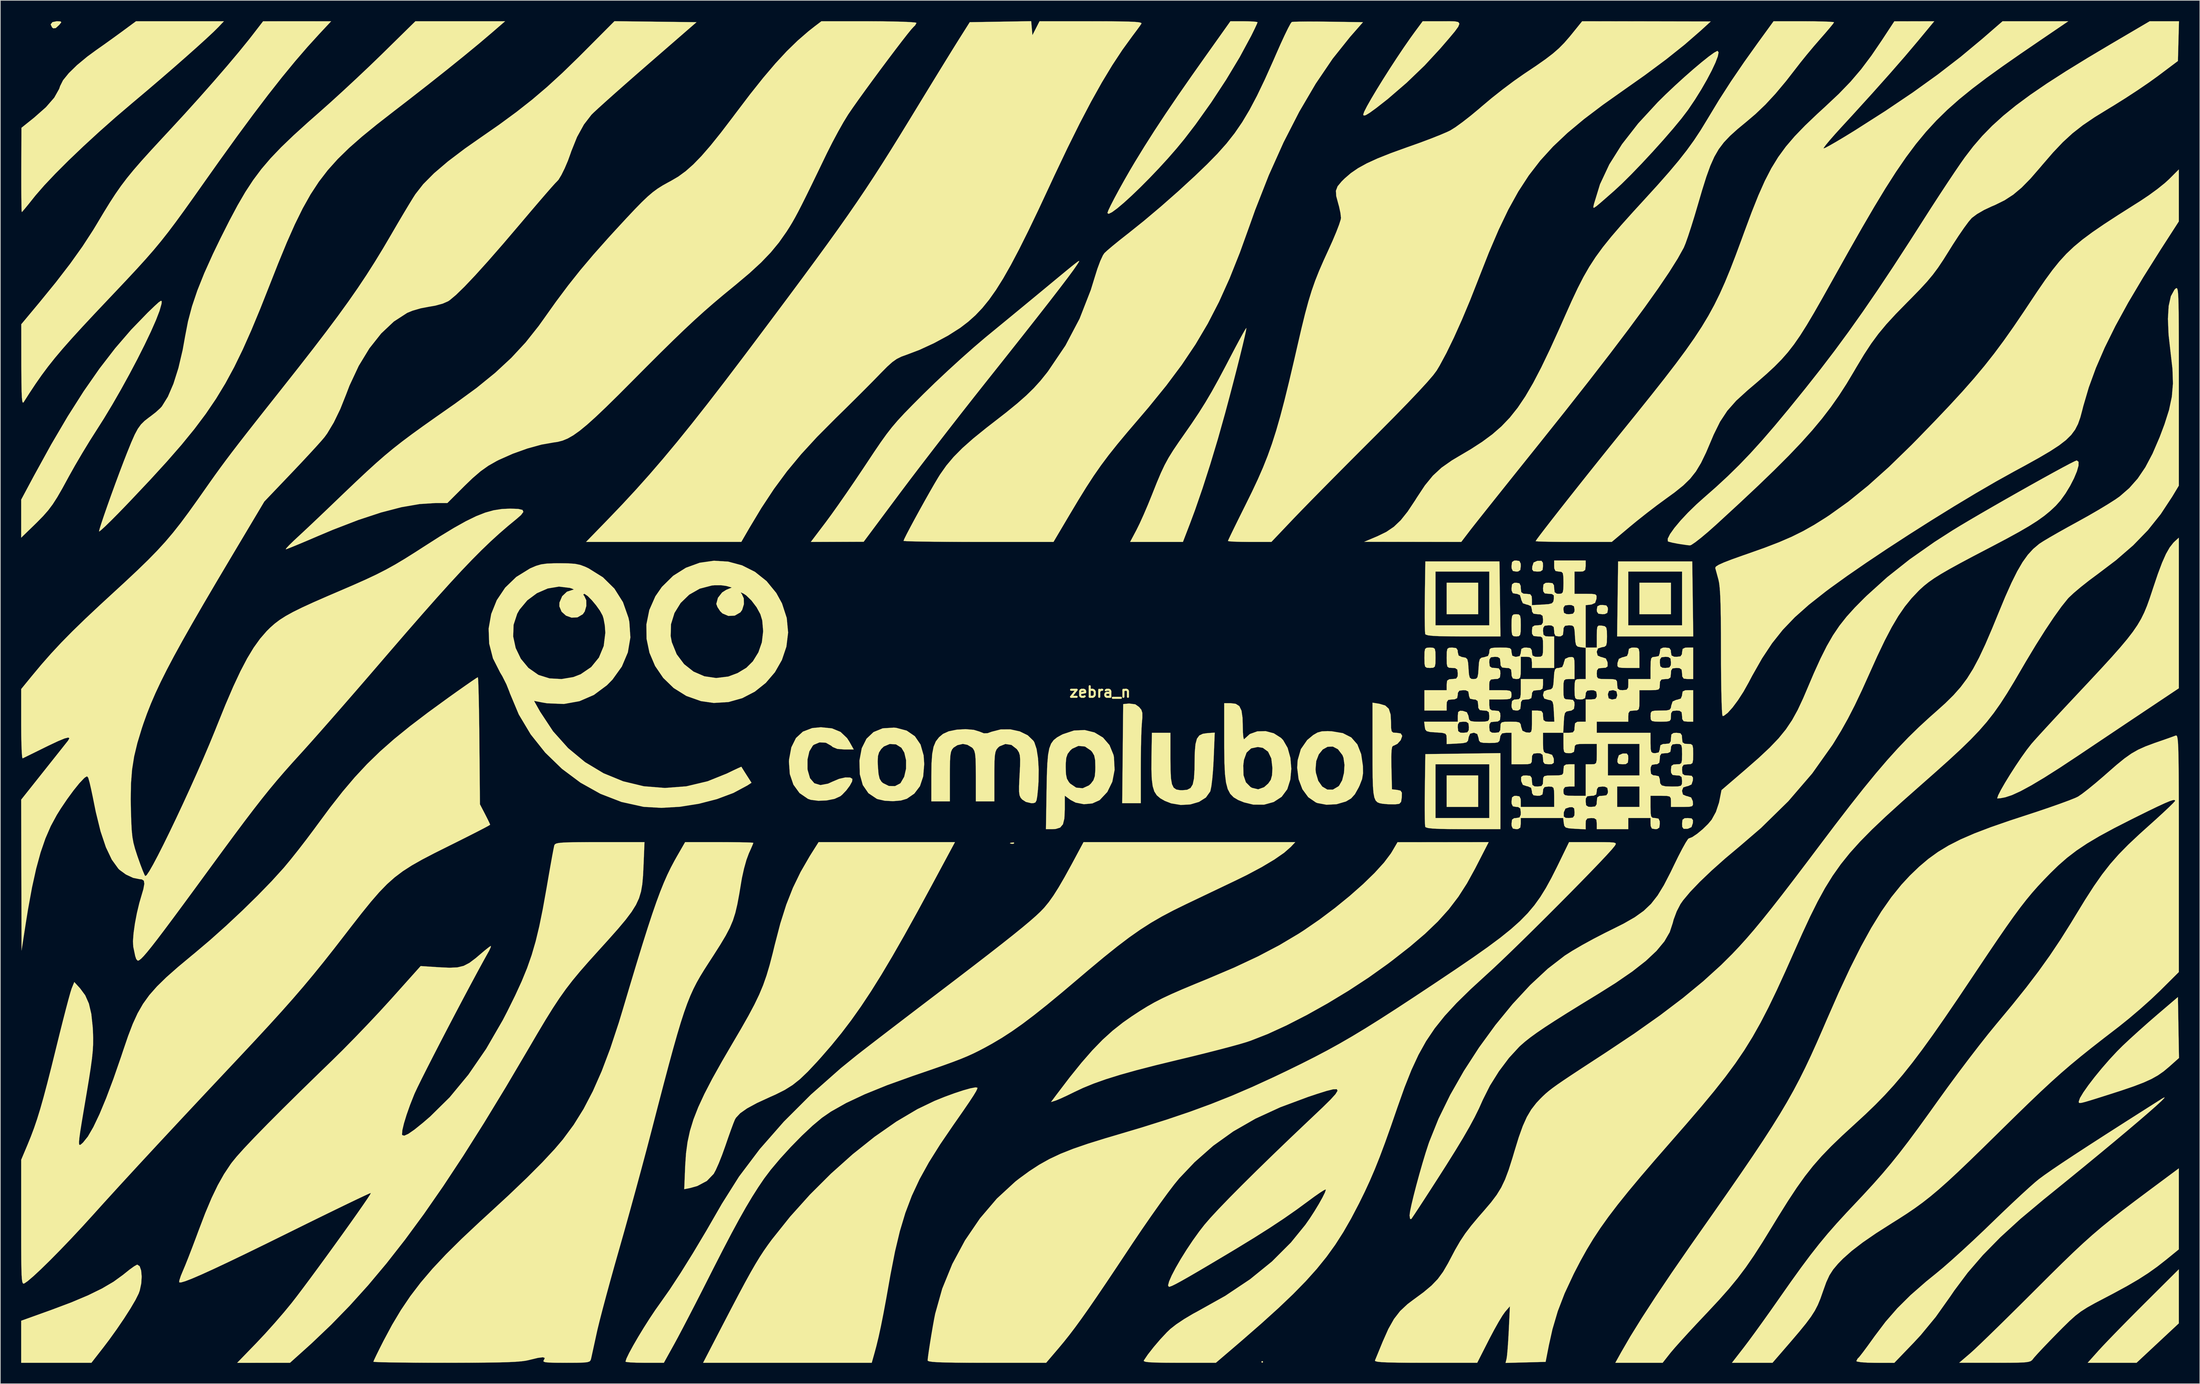
<source format=kicad_pcb>
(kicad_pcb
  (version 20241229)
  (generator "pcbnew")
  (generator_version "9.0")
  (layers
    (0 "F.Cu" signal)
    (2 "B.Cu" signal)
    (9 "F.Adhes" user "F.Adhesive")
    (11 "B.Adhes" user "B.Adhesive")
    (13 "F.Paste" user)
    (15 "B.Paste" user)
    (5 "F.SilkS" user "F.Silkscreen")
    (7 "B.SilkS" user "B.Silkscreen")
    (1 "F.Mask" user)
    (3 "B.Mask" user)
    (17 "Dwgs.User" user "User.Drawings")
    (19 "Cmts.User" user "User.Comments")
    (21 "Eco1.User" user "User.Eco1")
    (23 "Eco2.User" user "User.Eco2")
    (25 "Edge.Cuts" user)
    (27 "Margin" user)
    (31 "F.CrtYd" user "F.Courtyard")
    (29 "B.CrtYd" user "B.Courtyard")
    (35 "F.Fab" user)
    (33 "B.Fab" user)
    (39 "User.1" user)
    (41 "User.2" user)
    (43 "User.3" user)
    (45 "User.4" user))
  (footprint "zebra_n"
    (layer "F.Cu")
    (at 155.613 96.805)
    (property "Reference" "zebra_n" (at 0 0 0) (layer "F.SilkS") (effects (font (size 1.524 1.524) (thickness 0.3))))
    (attr through_hole)
    (fp_poly (pts (xy 23.528 96.654) (xy 23.395 96.787) (xy 23.261 96.654) (xy 23.395 96.52) (xy 23.528 96.654)) (stroke (width 0.01) (type solid)) (fill yes) (layer "F.SilkS"))
    (fp_poly (pts (xy 54.543 -11.229) (xy 49.998 -11.229) (xy 49.998 -15.775) (xy 54.543 -15.775) (xy 54.543 -11.229)) (stroke (width 0.01) (type solid)) (fill yes) (layer "F.SilkS"))
    (fp_poly (pts (xy 54.543 16.577) (xy 49.998 16.577) (xy 49.998 12.032) (xy 54.543 12.032) (xy 54.543 16.577)) (stroke (width 0.01) (type solid)) (fill yes) (layer "F.SilkS"))
    (fp_poly (pts (xy 82.349 -11.229) (xy 77.804 -11.229) (xy 77.804 -15.775) (xy 82.349 -15.775) (xy 82.349 -11.229)) (stroke (width 0.01) (type solid)) (fill yes) (layer "F.SilkS"))
    (fp_poly (pts (xy -12.371 21.763) (xy -12.451 21.884) (xy -12.722 21.903) (xy -13.008 21.838) (xy -12.884 21.742) (xy -12.466 21.71) (xy -12.371 21.763)) (stroke (width 0.01) (type solid)) (fill yes) (layer "F.SilkS"))
    (fp_poly (pts (xy -149.924 -96.766) (xy -149.824 -96.629) (xy -150.112 -96.269) (xy -150.127 -96.253) (xy -150.623 -95.802) (xy -150.977 -95.765) (xy -151.152 -95.896) (xy -151.358 -96.334) (xy -151.101 -96.664) (xy -150.487 -96.787) (xy -149.924 -96.766)) (stroke (width 0.01) (type solid)) (fill yes) (layer "F.SilkS"))
    (fp_poly (pts (xy 60.502 -18.897) (xy 60.677 -18.53) (xy 60.693 -18.181) (xy 60.621 -17.608) (xy 60.315 -17.398) (xy 60.024 -17.379) (xy 59.547 -17.465) (xy 59.372 -17.832) (xy 59.356 -18.181) (xy 59.428 -18.754) (xy 59.734 -18.964) (xy 60.024 -18.983) (xy 60.502 -18.897)) (stroke (width 0.01) (type solid)) (fill yes) (layer "F.SilkS"))
    (fp_poly (pts (xy 63.681 -18.932) (xy 63.875 -18.659) (xy 63.901 -18.199) (xy 63.839 -17.623) (xy 63.539 -17.407) (xy 63.081 -17.379) (xy 62.514 -17.434) (xy 62.327 -17.699) (xy 62.346 -18.114) (xy 62.537 -18.687) (xy 63.043 -18.917) (xy 63.166 -18.934) (xy 63.681 -18.932)) (stroke (width 0.01) (type solid)) (fill yes) (layer "F.SilkS"))
    (fp_poly (pts (xy 73.03 -12.494) (xy 73.24 -12.189) (xy 73.259 -11.898) (xy 73.173 -11.42) (xy 72.806 -11.245) (xy 72.457 -11.229) (xy 71.884 -11.301) (xy 71.674 -11.607) (xy 71.655 -11.898) (xy 71.741 -12.376) (xy 72.108 -12.55) (xy 72.457 -12.566) (xy 73.03 -12.494)) (stroke (width 0.01) (type solid)) (fill yes) (layer "F.SilkS"))
    (fp_poly (pts (xy 75.979 8.874) (xy 76.174 9.147) (xy 76.2 9.608) (xy 76.138 10.184) (xy 75.838 10.399) (xy 75.38 10.427) (xy 74.813 10.372) (xy 74.626 10.107) (xy 74.645 9.692) (xy 74.836 9.119) (xy 75.342 8.889) (xy 75.465 8.872) (xy 75.979 8.874)) (stroke (width 0.01) (type solid)) (fill yes) (layer "F.SilkS"))
    (fp_poly (pts (xy 85.341 18.236) (xy 85.528 18.501) (xy 85.509 18.916) (xy 85.317 19.489) (xy 84.812 19.719) (xy 84.689 19.736) (xy 84.174 19.734) (xy 83.98 19.461) (xy 83.954 19.001) (xy 84.016 18.425) (xy 84.316 18.209) (xy 84.774 18.181) (xy 85.341 18.236)) (stroke (width 0.01) (type solid)) (fill yes) (layer "F.SilkS"))
    (fp_poly (pts (xy 155.608 91.092) (xy 152.558 93.94) (xy 149.508 96.787) (xy 142.452 96.787) (xy 144.066 94.983) (xy 144.71 94.287) (xy 145.661 93.291) (xy 146.844 92.071) (xy 148.186 90.704) (xy 149.613 89.265) (xy 150.644 88.234) (xy 155.608 83.291) (xy 155.608 91.092)) (stroke (width 0.01) (type solid)) (fill yes) (layer "F.SilkS"))
    (fp_poly (pts (xy 85.497 -13.435) (xy 85.569 -8.021) (xy 74.585 -8.021) (xy 74.657 -13.435) (xy 74.71 -17.379) (xy 76.2 -17.379) (xy 76.2 -9.625) (xy 83.954 -9.625) (xy 83.954 -17.379) (xy 76.2 -17.379) (xy 74.71 -17.379) (xy 74.729 -18.849) (xy 85.424 -18.849) (xy 85.497 -13.435)) (stroke (width 0.01) (type solid)) (fill yes) (layer "F.SilkS"))
    (fp_poly (pts (xy 5.091 1.773) (xy 5.633 2.158) (xy 5.959 2.552) (xy 6.106 3.004) (xy 6.11 3.69) (xy 6.05 4.352) (xy 5.996 5.145) (xy 5.949 6.351) (xy 5.912 7.849) (xy 5.889 9.518) (xy 5.882 11.001) (xy 5.882 16.042) (xy 3.2 16.042) (xy 3.342 1.738) (xy 4.195 1.655) (xy 5.091 1.773)) (stroke (width 0.01) (type solid)) (fill yes) (layer "F.SilkS"))
    (fp_poly (pts (xy 48.05 -6.392) (xy 48.289 -6.23) (xy 48.379 -5.8) (xy 48.394 -4.969) (xy 48.394 -4.946) (xy 48.38 -4.106) (xy 48.292 -3.668) (xy 48.057 -3.502) (xy 47.604 -3.476) (xy 47.592 -3.476) (xy 47.133 -3.5) (xy 46.894 -3.662) (xy 46.804 -4.093) (xy 46.789 -4.924) (xy 46.789 -4.946) (xy 46.803 -5.787) (xy 46.891 -6.225) (xy 47.126 -6.391) (xy 47.579 -6.417) (xy 47.592 -6.417) (xy 48.05 -6.392)) (stroke (width 0.01) (type solid)) (fill yes) (layer "F.SilkS"))
    (fp_poly (pts (xy 60.395 -11.196) (xy 60.595 -11.01) (xy 60.677 -10.547) (xy 60.693 -9.681) (xy 60.693 -9.625) (xy 60.678 -8.736) (xy 60.601 -8.256) (xy 60.408 -8.06) (xy 60.048 -8.021) (xy 60.024 -8.021) (xy 59.654 -8.055) (xy 59.454 -8.241) (xy 59.372 -8.703) (xy 59.356 -9.569) (xy 59.356 -9.625) (xy 59.37 -10.514) (xy 59.447 -10.994) (xy 59.64 -11.191) (xy 60.001 -11.229) (xy 60.024 -11.229) (xy 60.395 -11.196)) (stroke (width 0.01) (type solid)) (fill yes) (layer "F.SilkS"))
    (fp_poly (pts (xy 77.461 -6.392) (xy 77.699 -6.23) (xy 77.79 -5.8) (xy 77.804 -4.969) (xy 77.804 -4.946) (xy 77.804 -3.476) (xy 76.182 -3.476) (xy 75.289 -3.486) (xy 74.813 -3.555) (xy 74.633 -3.738) (xy 74.632 -4.094) (xy 74.645 -4.211) (xy 74.836 -4.784) (xy 75.342 -5.014) (xy 75.465 -5.031) (xy 76.017 -5.203) (xy 76.196 -5.638) (xy 76.2 -5.766) (xy 76.29 -6.232) (xy 76.667 -6.402) (xy 77.002 -6.417) (xy 77.461 -6.392)) (stroke (width 0.01) (type solid)) (fill yes) (layer "F.SilkS"))
    (fp_poly (pts (xy 57.752 19.785) (xy 52.396 19.785) (xy 50.467 19.777) (xy 49.017 19.75) (xy 47.991 19.702) (xy 47.334 19.628) (xy 46.99 19.525) (xy 46.909 19.443) (xy 46.871 19.078) (xy 46.845 18.268) (xy 46.833 17.103) (xy 46.834 15.673) (xy 46.85 14.067) (xy 46.85 14.029) (xy 46.902 10.427) (xy 48.394 10.427) (xy 48.394 18.181) (xy 56.147 18.181) (xy 56.147 10.427) (xy 48.394 10.427) (xy 46.902 10.427) (xy 46.923 8.957) (xy 57.752 8.812) (xy 57.752 19.785)) (stroke (width 0.01) (type solid)) (fill yes) (layer "F.SilkS"))
    (fp_poly (pts (xy 57.69 -13.435) (xy 57.763 -8.021) (xy 52.401 -8.021) (xy 50.471 -8.029) (xy 49.02 -8.056) (xy 47.994 -8.104) (xy 47.335 -8.178) (xy 46.99 -8.281) (xy 46.909 -8.363) (xy 46.871 -8.728) (xy 46.845 -9.538) (xy 46.833 -10.703) (xy 46.834 -12.133) (xy 46.85 -13.74) (xy 46.85 -13.778) (xy 46.902 -17.379) (xy 48.394 -17.379) (xy 48.394 -9.625) (xy 56.147 -9.625) (xy 56.147 -17.379) (xy 48.394 -17.379) (xy 46.902 -17.379) (xy 46.923 -18.849) (xy 57.618 -18.849) (xy 57.69 -13.435)) (stroke (width 0.01) (type solid)) (fill yes) (layer "F.SilkS"))
    (fp_poly (pts (xy -138.517 82.853) (xy -138.303 83.472) (xy -138.226 84.349) (xy -138.29 85.353) (xy -138.503 86.354) (xy -138.66 86.795) (xy -139.119 87.716) (xy -139.844 88.951) (xy -140.766 90.394) (xy -141.818 91.941) (xy -142.93 93.488) (xy -143.759 94.582) (xy -145.477 96.787) (xy -155.608 96.787) (xy -155.608 90.718) (xy -151.264 89.156) (xy -148.38 88.071) (xy -145.963 87.051) (xy -143.952 86.067) (xy -142.287 85.089) (xy -140.909 84.088) (xy -140.769 83.973) (xy -139.971 83.335) (xy -139.308 82.859) (xy -138.901 82.632) (xy -138.86 82.624) (xy -138.517 82.853)) (stroke (width 0.01) (type solid)) (fill yes) (layer "F.SilkS"))
    (fp_poly (pts (xy 63.901 -1.069) (xy 63.835 -0.501) (xy 63.522 -0.292) (xy 63.099 -0.267) (xy 62.526 -0.195) (xy 62.316 0.11) (xy 62.297 0.401) (xy 62.211 0.879) (xy 61.844 1.054) (xy 61.495 1.069) (xy 60.927 1.136) (xy 60.717 1.448) (xy 60.693 1.872) (xy 60.621 2.445) (xy 60.315 2.655) (xy 60.024 2.674) (xy 59.547 2.587) (xy 59.372 2.22) (xy 59.356 1.872) (xy 59.428 1.298) (xy 59.734 1.089) (xy 60.024 1.069) (xy 60.407 1.031) (xy 60.606 0.83) (xy 60.682 0.333) (xy 60.693 -0.401) (xy 60.693 -1.872) (xy 63.901 -1.872) (xy 63.901 -1.069)) (stroke (width 0.01) (type solid)) (fill yes) (layer "F.SilkS"))
    (fp_poly (pts (xy 51.217 -96.77) (xy 51.685 -96.667) (xy 51.838 -96.427) (xy 51.671 -95.995) (xy 51.18 -95.318) (xy 50.362 -94.34) (xy 49.213 -93.007) (xy 49.068 -92.838) (xy 46.814 -90.4) (xy 44.237 -87.924) (xy 41.509 -85.571) (xy 39.838 -84.261) (xy 38.912 -83.589) (xy 38.332 -83.238) (xy 38.037 -83.178) (xy 37.966 -83.335) (xy 38.11 -83.75) (xy 38.51 -84.535) (xy 39.124 -85.618) (xy 39.905 -86.927) (xy 40.809 -88.392) (xy 41.791 -89.94) (xy 42.808 -91.499) (xy 43.814 -92.999) (xy 44.764 -94.368) (xy 45.402 -95.25) (xy 46.539 -96.787) (xy 49.347 -96.787) (xy 50.436 -96.792) (xy 51.217 -96.77)) (stroke (width 0.01) (type solid)) (fill yes) (layer "F.SilkS"))
    (fp_poly (pts (xy 155.629 52.805) (xy 154.215 54.066) (xy 153.412 54.737) (xy 152.586 55.314) (xy 151.648 55.84) (xy 150.514 56.353) (xy 149.096 56.895) (xy 147.307 57.506) (xy 145.803 57.991) (xy 144.164 58.512) (xy 142.966 58.887) (xy 142.139 59.134) (xy 141.615 59.268) (xy 141.325 59.305) (xy 141.2 59.263) (xy 141.171 59.156) (xy 141.171 59.079) (xy 141.345 58.583) (xy 141.827 57.777) (xy 142.555 56.739) (xy 143.469 55.548) (xy 144.507 54.281) (xy 145.608 53.016) (xy 146.711 51.83) (xy 147.49 51.052) (xy 148.529 50.078) (xy 149.817 48.907) (xy 151.193 47.683) (xy 152.495 46.553) (xy 152.534 46.52) (xy 155.475 44.009) (xy 155.629 52.805)) (stroke (width 0.01) (type solid)) (fill yes) (layer "F.SilkS"))
    (fp_poly (pts (xy -135.34 -56.415) (xy -135.347 -56.153) (xy -135.38 -55.956) (xy -135.654 -54.993) (xy -136.174 -53.647) (xy -136.905 -51.99) (xy -137.811 -50.092) (xy -138.853 -48.023) (xy -139.998 -45.855) (xy -141.207 -43.658) (xy -142.444 -41.504) (xy -143.674 -39.462) (xy -144.708 -37.833) (xy -145.709 -36.258) (xy -146.793 -34.478) (xy -147.835 -32.702) (xy -148.712 -31.139) (xy -148.779 -31.015) (xy -149.673 -29.374) (xy -150.407 -28.102) (xy -151.059 -27.088) (xy -151.708 -26.222) (xy -152.434 -25.394) (xy -153.316 -24.495) (xy -153.786 -24.034) (xy -155.608 -22.268) (xy -155.608 -27.761) (xy -153.772 -31.193) (xy -151.284 -35.714) (xy -148.901 -39.767) (xy -146.591 -43.4) (xy -144.318 -46.663) (xy -142.051 -49.603) (xy -139.754 -52.269) (xy -137.394 -54.708) (xy -137.289 -54.811) (xy -136.383 -55.683) (xy -135.797 -56.216) (xy -135.47 -56.448) (xy -135.34 -56.415)) (stroke (width 0.01) (type solid)) (fill yes) (layer "F.SilkS"))
    (fp_poly (pts (xy 85.558 4.278) (xy 84.756 4.278) (xy 84.188 4.212) (xy 83.978 3.899) (xy 83.954 3.476) (xy 83.887 2.908) (xy 83.575 2.698) (xy 83.152 2.674) (xy 82.583 2.74) (xy 82.374 3.052) (xy 82.349 3.476) (xy 82.325 3.934) (xy 82.163 4.173) (xy 81.732 4.264) (xy 80.901 4.278) (xy 80.879 4.278) (xy 80.038 4.264) (xy 79.601 4.176) (xy 79.435 3.941) (xy 79.408 3.488) (xy 79.408 3.476) (xy 79.434 3.015) (xy 79.598 2.777) (xy 80.033 2.687) (xy 80.861 2.674) (xy 81.699 2.656) (xy 82.143 2.557) (xy 82.333 2.31) (xy 82.399 1.938) (xy 82.59 1.366) (xy 83.096 1.135) (xy 83.218 1.119) (xy 83.771 0.946) (xy 83.95 0.512) (xy 83.954 0.383) (xy 84.044 -0.083) (xy 84.421 -0.253) (xy 84.756 -0.267) (xy 85.558 -0.267) (xy 85.558 4.278)) (stroke (width 0.01) (type solid)) (fill yes) (layer "F.SilkS"))
    (fp_poly (pts (xy 89.223 -92.298) (xy 89.107 -91.709) (xy 88.765 -90.81) (xy 88.231 -89.671) (xy 87.54 -88.359) (xy 86.726 -86.943) (xy 85.823 -85.492) (xy 84.866 -84.073) (xy 84.756 -83.918) (xy 83.854 -82.735) (xy 82.652 -81.281) (xy 81.239 -79.651) (xy 79.703 -77.944) (xy 78.132 -76.254) (xy 76.615 -74.68) (xy 75.24 -73.318) (xy 74.176 -72.334) (xy 72.988 -71.29) (xy 72.149 -70.56) (xy 71.603 -70.106) (xy 71.294 -69.894) (xy 71.166 -69.887) (xy 71.164 -70.049) (xy 71.231 -70.345) (xy 71.257 -70.459) (xy 72.118 -73.272) (xy 73.459 -76.131) (xy 75.291 -79.049) (xy 77.623 -82.041) (xy 80.465 -85.124) (xy 81.582 -86.226) (xy 82.928 -87.499) (xy 84.287 -88.736) (xy 85.594 -89.884) (xy 86.785 -90.887) (xy 87.796 -91.694) (xy 88.564 -92.249) (xy 89.024 -92.5) (xy 89.079 -92.509) (xy 89.223 -92.298)) (stroke (width 0.01) (type solid)) (fill yes) (layer "F.SilkS"))
    (fp_poly (pts (xy 21.712 -96.77) (xy 22.408 -96.723) (xy 22.721 -96.658) (xy 22.726 -96.647) (xy 22.614 -96.358) (xy 22.317 -95.719) (xy 21.895 -94.857) (xy 21.796 -94.659) (xy 20.148 -91.606) (xy 18.194 -88.356) (xy 16.034 -85.062) (xy 13.767 -81.878) (xy 12.181 -79.811) (xy 11.049 -78.435) (xy 9.801 -77.004) (xy 8.482 -75.563) (xy 7.141 -74.157) (xy 5.824 -72.832) (xy 4.578 -71.633) (xy 3.451 -70.605) (xy 2.489 -69.793) (xy 1.741 -69.243) (xy 1.252 -69.001) (xy 1.07 -69.11) (xy 1.069 -69.121) (xy 1.198 -69.494) (xy 1.553 -70.242) (xy 2.089 -71.28) (xy 2.761 -72.526) (xy 3.523 -73.893) (xy 4.329 -75.297) (xy 5.022 -76.467) (xy 6.396 -78.708) (xy 7.853 -80.999) (xy 9.445 -83.416) (xy 11.224 -86.038) (xy 13.242 -88.941) (xy 15.054 -91.507) (xy 18.805 -96.787) (xy 20.766 -96.787) (xy 21.712 -96.77)) (stroke (width 0.01) (type solid)) (fill yes) (layer "F.SilkS"))
    (fp_poly (pts (xy 21.117 -52.531) (xy 21.053 -52.119) (xy 20.866 -51.258) (xy 20.574 -50.018) (xy 20.192 -48.465) (xy 19.739 -46.667) (xy 19.23 -44.693) (xy 18.684 -42.611) (xy 18.116 -40.488) (xy 18.049 -40.239) (xy 17.005 -36.522) (xy 15.904 -32.862) (xy 14.787 -29.387) (xy 13.694 -26.223) (xy 12.965 -24.264) (xy 11.961 -21.657) (xy 4.34 -21.657) (xy 5.261 -23.392) (xy 5.724 -24.332) (xy 6.3 -25.606) (xy 6.916 -27.044) (xy 7.49 -28.457) (xy 8.19 -30.217) (xy 8.777 -31.607) (xy 9.319 -32.757) (xy 9.886 -33.801) (xy 10.549 -34.869) (xy 11.376 -36.093) (xy 12.033 -37.031) (xy 13.231 -38.754) (xy 14.262 -40.3) (xy 15.198 -41.789) (xy 16.112 -43.341) (xy 17.075 -45.078) (xy 18.16 -47.118) (xy 18.755 -48.26) (xy 19.483 -49.65) (xy 20.12 -50.84) (xy 20.629 -51.763) (xy 20.973 -52.351) (xy 21.115 -52.538) (xy 21.117 -52.531)) (stroke (width 0.01) (type solid)) (fill yes) (layer "F.SilkS"))
    (fp_poly (pts (xy 16.394 9.677) (xy 16.312 11.163) (xy 16.198 12.503) (xy 16.065 13.578) (xy 15.925 14.267) (xy 15.894 14.355) (xy 15.272 15.223) (xy 14.279 15.852) (xy 13.033 16.218) (xy 11.654 16.298) (xy 10.26 16.065) (xy 9.348 15.708) (xy 8.686 15.33) (xy 8.188 14.903) (xy 7.832 14.349) (xy 7.598 13.592) (xy 7.465 12.557) (xy 7.413 11.166) (xy 7.421 9.343) (xy 7.434 8.623) (xy 7.486 5.882) (xy 10.16 5.882) (xy 10.16 9.606) (xy 10.175 11.273) (xy 10.239 12.478) (xy 10.38 13.297) (xy 10.625 13.801) (xy 11.002 14.065) (xy 11.538 14.162) (xy 11.876 14.171) (xy 12.57 14.102) (xy 13.058 13.847) (xy 13.374 13.33) (xy 13.553 12.474) (xy 13.629 11.205) (xy 13.64 10.273) (xy 13.668 8.664) (xy 13.77 7.511) (xy 13.977 6.738) (xy 14.32 6.268) (xy 14.832 6.023) (xy 15.433 5.934) (xy 16.549 5.853) (xy 16.394 9.677)) (stroke (width 0.01) (type solid)) (fill yes) (layer "F.SilkS"))
    (fp_poly (pts (xy 40.305 1.697) (xy 41.139 1.943) (xy 41.654 2.419) (xy 41.912 3.223) (xy 41.977 4.329) (xy 41.988 5.199) (xy 42.067 5.663) (xy 42.279 5.848) (xy 42.691 5.882) (xy 42.779 5.882) (xy 43.375 5.973) (xy 43.577 6.293) (xy 43.581 6.375) (xy 43.376 6.944) (xy 42.899 7.475) (xy 42.355 7.748) (xy 42.282 7.754) (xy 42.138 7.913) (xy 42.051 8.428) (xy 42.017 9.356) (xy 42.032 10.756) (xy 42.035 10.895) (xy 42.111 14.037) (xy 42.861 14.123) (xy 43.352 14.232) (xy 43.54 14.52) (xy 43.532 15.156) (xy 43.529 15.192) (xy 43.432 15.844) (xy 43.177 16.126) (xy 42.599 16.205) (xy 42.512 16.209) (xy 41.595 16.197) (xy 40.774 16.125) (xy 40.345 16.046) (xy 40.009 15.909) (xy 39.754 15.654) (xy 39.569 15.222) (xy 39.443 14.552) (xy 39.365 13.585) (xy 39.323 12.261) (xy 39.306 10.522) (xy 39.303 8.336) (xy 39.303 1.534) (xy 40.305 1.697)) (stroke (width 0.01) (type solid)) (fill yes) (layer "F.SilkS"))
    (fp_poly (pts (xy -127.151 -95.959) (xy -127.854 -95.261) (xy -128.91 -94.275) (xy -130.257 -93.052) (xy -131.837 -91.646) (xy -133.588 -90.109) (xy -135.453 -88.495) (xy -137.369 -86.856) (xy -139.279 -85.245) (xy -139.561 -85.008) (xy -141.98 -82.945) (xy -144.362 -80.834) (xy -146.644 -78.736) (xy -148.765 -76.71) (xy -150.661 -74.815) (xy -152.272 -73.112) (xy -153.534 -71.661) (xy -153.768 -71.369) (xy -154.475 -70.481) (xy -155.052 -69.776) (xy -155.424 -69.342) (xy -155.523 -69.248) (xy -155.547 -69.503) (xy -155.566 -70.218) (xy -155.581 -71.317) (xy -155.589 -72.726) (xy -155.592 -74.369) (xy -155.59 -75.331) (xy -155.571 -81.414) (xy -153.738 -82.884) (xy -152.039 -84.383) (xy -150.841 -85.76) (xy -150.125 -87.035) (xy -149.99 -87.442) (xy -149.57 -88.278) (xy -148.738 -89.303) (xy -147.557 -90.456) (xy -146.086 -91.677) (xy -144.78 -92.634) (xy -143.612 -93.457) (xy -142.287 -94.408) (xy -141.074 -95.291) (xy -140.978 -95.362) (xy -139.048 -96.787) (xy -126.365 -96.787) (xy -127.151 -95.959)) (stroke (width 0.01) (type solid)) (fill yes) (layer "F.SilkS"))
    (fp_poly (pts (xy -38.66 5.243) (xy -37.423 5.755) (xy -36.482 6.65) (xy -36.142 7.179) (xy -35.52 8.288) (xy -36.877 8.288) (xy -37.887 8.209) (xy -38.551 7.937) (xy -38.768 7.754) (xy -39.544 7.315) (xy -40.454 7.265) (xy -41.276 7.607) (xy -41.427 7.739) (xy -41.924 8.562) (xy -42.189 9.724) (xy -42.19 11.068) (xy -42.166 11.267) (xy -41.828 12.438) (xy -41.204 13.162) (xy -40.325 13.426) (xy -39.22 13.217) (xy -38.599 12.934) (xy -37.637 12.527) (xy -36.735 12.322) (xy -36.036 12.338) (xy -35.714 12.533) (xy -35.758 12.908) (xy -36.085 13.509) (xy -36.594 14.192) (xy -37.185 14.812) (xy -37.457 15.037) (xy -38.288 15.416) (xy -39.419 15.64) (xy -40.633 15.693) (xy -41.714 15.555) (xy -42.124 15.415) (xy -43.342 14.579) (xy -44.225 13.365) (xy -44.744 11.836) (xy -44.869 10.054) (xy -44.849 9.733) (xy -44.523 7.979) (xy -43.859 6.64) (xy -42.856 5.713) (xy -41.511 5.198) (xy -40.262 5.08) (xy -38.66 5.243)) (stroke (width 0.01) (type solid)) (fill yes) (layer "F.SilkS"))
    (fp_poly (pts (xy -17.694 57.08) (xy -17.699 57.242) (xy -17.874 57.611) (xy -18.249 58.231) (xy -18.85 59.146) (xy -19.704 60.397) (xy -20.84 62.029) (xy -21.122 62.431) (xy -23.065 65.281) (xy -24.686 67.868) (xy -26.032 70.302) (xy -27.147 72.694) (xy -28.078 75.154) (xy -28.87 77.792) (xy -29.569 80.72) (xy -30.219 84.047) (xy -30.361 84.847) (xy -30.83 87.492) (xy -31.239 89.689) (xy -31.603 91.519) (xy -31.939 93.063) (xy -32.264 94.401) (xy -32.529 95.384) (xy -32.924 96.787) (xy -57.252 96.787) (xy -54.516 91.507) (xy -53.214 89.004) (xy -52.118 86.919) (xy -51.193 85.19) (xy -50.403 83.757) (xy -49.713 82.56) (xy -49.09 81.537) (xy -48.497 80.629) (xy -47.901 79.775) (xy -47.337 79.007) (xy -44.7 75.705) (xy -41.835 72.516) (xy -38.806 69.495) (xy -35.678 66.697) (xy -32.516 64.176) (xy -29.383 61.988) (xy -26.344 60.188) (xy -23.847 58.988) (xy -22.389 58.401) (xy -20.982 57.885) (xy -19.717 57.469) (xy -18.685 57.18) (xy -17.976 57.048) (xy -17.694 57.08)) (stroke (width 0.01) (type solid)) (fill yes) (layer "F.SilkS"))
    (fp_poly (pts (xy -29.399 5.165) (xy -27.878 5.571) (xy -26.704 6.379) (xy -25.887 7.574) (xy -25.441 9.139) (xy -25.355 10.396) (xy -25.505 12.186) (xy -25.97 13.585) (xy -26.782 14.654) (xy -27.86 15.399) (xy -28.725 15.656) (xy -29.868 15.751) (xy -31.06 15.685) (xy -32.069 15.457) (xy -32.218 15.397) (xy -33.407 14.596) (xy -34.217 13.419) (xy -34.647 11.865) (xy -34.696 10.025) (xy -32.064 10.025) (xy -32.032 10.794) (xy -31.944 11.837) (xy -31.791 12.498) (xy -31.527 12.931) (xy -31.309 13.133) (xy -30.456 13.556) (xy -29.566 13.573) (xy -28.822 13.185) (xy -28.76 13.121) (xy -28.242 12.22) (xy -27.978 11.066) (xy -27.972 9.843) (xy -28.228 8.739) (xy -28.65 8.038) (xy -29.427 7.553) (xy -30.33 7.498) (xy -31.181 7.859) (xy -31.556 8.222) (xy -31.87 8.705) (xy -32.029 9.248) (xy -32.064 10.025) (xy -34.696 10.025) (xy -34.699 9.934) (xy -34.693 9.855) (xy -34.368 8.108) (xy -33.686 6.742) (xy -32.669 5.777) (xy -31.34 5.234) (xy -29.724 5.134) (xy -29.399 5.165)) (stroke (width 0.01) (type solid)) (fill yes) (layer "F.SilkS"))
    (fp_poly (pts (xy 155.608 80.417) (xy 153.804 81.887) (xy 152.496 82.912) (xy 151.185 83.847) (xy 149.762 84.761) (xy 148.121 85.719) (xy 146.154 86.788) (xy 144.937 87.427) (xy 143.491 88.186) (xy 142.385 88.805) (xy 141.494 89.375) (xy 140.69 89.991) (xy 139.847 90.748) (xy 138.838 91.737) (xy 138.071 92.512) (xy 137.004 93.605) (xy 136.045 94.605) (xy 135.27 95.433) (xy 134.753 96.01) (xy 134.596 96.206) (xy 134.434 96.407) (xy 134.22 96.556) (xy 133.878 96.659) (xy 133.332 96.726) (xy 132.505 96.764) (xy 131.322 96.78) (xy 129.705 96.784) (xy 129.057 96.784) (xy 123.925 96.78) (xy 125.529 95.407) (xy 126.072 94.915) (xy 126.941 94.093) (xy 128.085 92.99) (xy 129.453 91.657) (xy 130.994 90.142) (xy 132.658 88.496) (xy 134.394 86.767) (xy 134.907 86.254) (xy 137 84.165) (xy 138.795 82.395) (xy 140.365 80.878) (xy 141.786 79.549) (xy 143.133 78.343) (xy 144.48 77.195) (xy 145.901 76.041) (xy 147.471 74.814) (xy 149.265 73.451) (xy 151.358 71.886) (xy 151.665 71.658) (xy 155.608 68.725) (xy 155.608 80.417)) (stroke (width 0.01) (type solid)) (fill yes) (layer "F.SilkS"))
    (fp_poly (pts (xy 33.427 5.664) (xy 35.02 5.93) (xy 36.242 6.552) (xy 37.119 7.555) (xy 37.672 8.965) (xy 37.916 10.628) (xy 37.941 11.713) (xy 37.803 12.569) (xy 37.443 13.489) (xy 37.296 13.798) (xy 36.765 14.746) (xy 36.222 15.348) (xy 35.511 15.773) (xy 35.46 15.797) (xy 34.122 16.189) (xy 32.675 16.266) (xy 31.361 16.022) (xy 31.135 15.933) (xy 30.035 15.176) (xy 29.191 14.026) (xy 28.645 12.583) (xy 28.467 11.156) (xy 31.088 11.156) (xy 31.138 11.653) (xy 31.48 12.816) (xy 32.055 13.638) (xy 32.785 14.074) (xy 33.587 14.08) (xy 34.381 13.612) (xy 34.494 13.498) (xy 34.928 12.732) (xy 35.192 11.665) (xy 35.262 10.51) (xy 35.116 9.481) (xy 34.966 9.099) (xy 34.319 8.255) (xy 33.582 7.871) (xy 32.827 7.899) (xy 32.127 8.291) (xy 31.556 8.996) (xy 31.185 9.968) (xy 31.088 11.156) (xy 28.467 11.156) (xy 28.44 10.943) (xy 28.506 9.844) (xy 28.965 8.246) (xy 29.879 6.929) (xy 30.754 6.2) (xy 31.367 5.845) (xy 31.993 5.672) (xy 32.837 5.639) (xy 33.427 5.664)) (stroke (width 0.01) (type solid)) (fill yes) (layer "F.SilkS"))
    (fp_poly (pts (xy 155.608 -0.543) (xy 150.863 2.627) (xy 149.08 3.818) (xy 147.026 5.193) (xy 144.872 6.636) (xy 142.789 8.032) (xy 141.072 9.185) (xy 138.442 10.924) (xy 136.202 12.347) (xy 134.324 13.468) (xy 132.779 14.305) (xy 131.539 14.873) (xy 130.577 15.188) (xy 130.543 15.196) (xy 129.857 15.326) (xy 129.452 15.357) (xy 129.406 15.335) (xy 129.552 14.895) (xy 129.949 14.114) (xy 130.54 13.085) (xy 131.264 11.902) (xy 132.064 10.658) (xy 132.88 9.447) (xy 133.654 8.363) (xy 134.327 7.499) (xy 134.338 7.486) (xy 134.788 6.973) (xy 135.545 6.135) (xy 136.552 5.037) (xy 137.747 3.744) (xy 139.073 2.32) (xy 140.469 0.829) (xy 140.494 0.802) (xy 142.621 -1.466) (xy 144.416 -3.394) (xy 145.913 -5.031) (xy 147.147 -6.427) (xy 148.155 -7.628) (xy 148.97 -8.685) (xy 149.628 -9.645) (xy 150.165 -10.557) (xy 150.614 -11.47) (xy 151.013 -12.433) (xy 151.394 -13.494) (xy 151.795 -14.701) (xy 151.87 -14.933) (xy 152.575 -17.028) (xy 153.192 -18.669) (xy 153.75 -19.924) (xy 154.283 -20.86) (xy 154.822 -21.546) (xy 155.046 -21.765) (xy 155.608 -22.274) (xy 155.608 -0.543)) (stroke (width 0.01) (type solid)) (fill yes) (layer "F.SilkS"))
    (fp_poly (pts (xy -3.005 -62.15) (xy -3.109 -61.966) (xy -3.285 -61.691) (xy -3.324 -61.628) (xy -3.81 -60.923) (xy -4.634 -59.804) (xy -5.798 -58.273) (xy -7.299 -56.329) (xy -9.139 -53.974) (xy -11.317 -51.207) (xy -13.832 -48.028) (xy -16.307 -44.913) (xy -18.11 -42.636) (xy -20.033 -40.188) (xy -21.998 -37.666) (xy -23.933 -35.166) (xy -25.762 -32.787) (xy -27.41 -30.624) (xy -28.801 -28.775) (xy -28.876 -28.675) (xy -34.089 -21.679) (xy -41.715 -21.657) (xy -39.539 -24.531) (xy -38.742 -25.616) (xy -37.731 -27.037) (xy -36.584 -28.685) (xy -35.379 -30.446) (xy -34.193 -32.21) (xy -33.744 -32.886) (xy -32.587 -34.63) (xy -31.635 -36.03) (xy -30.805 -37.188) (xy -30.014 -38.205) (xy -29.18 -39.182) (xy -28.22 -40.219) (xy -27.051 -41.418) (xy -25.592 -42.88) (xy -25.423 -43.048) (xy -23.79 -44.637) (xy -21.958 -46.359) (xy -20.063 -48.09) (xy -18.24 -49.707) (xy -16.623 -51.087) (xy -16.322 -51.336) (xy -14.65 -52.71) (xy -12.778 -54.249) (xy -10.87 -55.822) (xy -9.087 -57.294) (xy -7.888 -58.286) (xy -6.292 -59.609) (xy -5.066 -60.622) (xy -4.169 -61.358) (xy -3.556 -61.848) (xy -3.186 -62.123) (xy -3.017 -62.213) (xy -3.005 -62.15)) (stroke (width 0.01) (type solid)) (fill yes) (layer "F.SilkS"))
    (fp_poly (pts (xy 19.575 1.699) (xy 20.095 2.033) (xy 20.409 2.683) (xy 20.56 3.726) (xy 20.591 4.834) (xy 20.614 5.813) (xy 20.672 6.507) (xy 20.753 6.814) (xy 20.792 6.802) (xy 21.607 6.06) (xy 22.682 5.674) (xy 23.881 5.64) (xy 25.067 5.955) (xy 26.105 6.616) (xy 26.417 6.939) (xy 27.063 8.061) (xy 27.46 9.495) (xy 27.594 11.076) (xy 27.451 12.637) (xy 27.017 14.01) (xy 27.007 14.031) (xy 26.201 15.118) (xy 25.053 15.869) (xy 23.656 16.255) (xy 22.106 16.248) (xy 20.77 15.922) (xy 19.933 15.585) (xy 19.277 15.196) (xy 18.779 14.689) (xy 18.418 14) (xy 18.173 13.062) (xy 18.021 11.81) (xy 17.964 10.618) (xy 20.661 10.618) (xy 20.702 12.019) (xy 21.043 13.026) (xy 21.709 13.701) (xy 21.929 13.825) (xy 22.816 14.035) (xy 23.663 13.732) (xy 24.264 13.198) (xy 24.631 12.669) (xy 24.814 12) (xy 24.865 11) (xy 24.865 10.962) (xy 24.706 9.581) (xy 24.239 8.604) (xy 23.48 8.053) (xy 22.754 7.932) (xy 21.799 8.131) (xy 21.14 8.742) (xy 20.761 9.79) (xy 20.661 10.618) (xy 17.964 10.618) (xy 17.943 10.178) (xy 17.915 8.102) (xy 17.914 7.228) (xy 17.914 1.604) (xy 18.808 1.604) (xy 19.575 1.699)) (stroke (width 0.01) (type solid)) (fill yes) (layer "F.SilkS"))
    (fp_poly (pts (xy -0.789 5.833) (xy 0.432 6.57) (xy 1.37 7.658) (xy 1.944 9.061) (xy 2.011 9.389) (xy 2.106 11.235) (xy 1.777 12.943) (xy 1.055 14.42) (xy -0.028 15.573) (xy -0.086 15.616) (xy -1.109 16.076) (xy -2.323 16.188) (xy -3.517 15.954) (xy -4.255 15.566) (xy -5.08 14.957) (xy -5.08 16.951) (xy -5.137 18.237) (xy -5.342 19.079) (xy -5.747 19.56) (xy -6.403 19.763) (xy -6.86 19.785) (xy -7.8 19.785) (xy -7.71 14.104) (xy -7.668 11.986) (xy -7.622 10.828) (xy -4.946 10.828) (xy -4.912 11.838) (xy -4.775 12.5) (xy -4.485 13) (xy -4.298 13.213) (xy -3.439 13.795) (xy -2.5 13.882) (xy -1.601 13.474) (xy -1.321 13.218) (xy -0.952 12.732) (xy -0.754 12.157) (xy -0.68 11.311) (xy -0.673 10.834) (xy -0.704 9.826) (xy -0.837 9.165) (xy -1.122 8.668) (xy -1.317 8.444) (xy -2.176 7.862) (xy -3.116 7.775) (xy -4.016 8.185) (xy -4.298 8.444) (xy -4.67 8.93) (xy -4.868 9.498) (xy -4.941 10.334) (xy -4.946 10.828) (xy -7.622 10.828) (xy -7.602 10.333) (xy -7.493 9.073) (xy -7.318 8.134) (xy -7.058 7.447) (xy -6.691 6.94) (xy -6.196 6.542) (xy -5.554 6.183) (xy -5.353 6.084) (xy -3.762 5.554) (xy -2.214 5.482) (xy -0.789 5.833)) (stroke (width 0.01) (type solid)) (fill yes) (layer "F.SilkS"))
    (fp_poly (pts (xy 153.495 58.605) (xy 153.081 59.03) (xy 152.326 59.725) (xy 151.256 60.669) (xy 149.896 61.84) (xy 148.273 63.218) (xy 146.41 64.78) (xy 144.333 66.504) (xy 142.069 68.37) (xy 139.641 70.355) (xy 137.076 72.438) (xy 136.074 73.249) (xy 132.749 76.033) (xy 129.86 78.675) (xy 127.349 81.236) (xy 125.158 83.775) (xy 123.227 86.354) (xy 122.678 87.162) (xy 120.545 90.169) (xy 118.372 92.801) (xy 117.336 93.917) (xy 114.567 96.796) (xy 111.827 96.792) (xy 110.669 96.767) (xy 109.76 96.703) (xy 109.206 96.611) (xy 109.086 96.536) (xy 109.28 96.172) (xy 109.339 96.128) (xy 109.578 95.863) (xy 110.06 95.244) (xy 110.719 94.356) (xy 111.492 93.284) (xy 111.715 92.971) (xy 113.309 90.859) (xy 115.007 88.912) (xy 116.915 87.019) (xy 119.14 85.072) (xy 120.581 83.904) (xy 121.564 83.088) (xy 122.835 81.976) (xy 124.305 80.649) (xy 125.884 79.19) (xy 127.482 77.679) (xy 128.602 76.598) (xy 130.073 75.178) (xy 131.507 73.815) (xy 132.835 72.574) (xy 133.986 71.523) (xy 134.89 70.724) (xy 135.422 70.285) (xy 136.233 69.688) (xy 137.33 68.921) (xy 138.735 67.97) (xy 140.472 66.82) (xy 142.562 65.457) (xy 145.029 63.865) (xy 147.893 62.031) (xy 151.178 59.94) (xy 153.202 58.655) (xy 153.544 58.473) (xy 153.495 58.605)) (stroke (width 0.01) (type solid)) (fill yes) (layer "F.SilkS"))
    (fp_poly (pts (xy -24.257 27.873) (xy -26.336 31.707) (xy -28.221 35.106) (xy -29.945 38.122) (xy -31.541 40.806) (xy -33.042 43.208) (xy -34.481 45.378) (xy -35.89 47.367) (xy -37.303 49.225) (xy -38.753 51.004) (xy -40.271 52.753) (xy -40.827 53.37) (xy -42.151 54.782) (xy -43.281 55.863) (xy -44.345 56.708) (xy -45.47 57.413) (xy -46.784 58.073) (xy -47.584 58.429) (xy -49.48 59.302) (xy -50.902 60.074) (xy -51.898 60.775) (xy -52.512 61.435) (xy -52.666 61.705) (xy -52.885 62.242) (xy -53.224 63.155) (xy -53.636 64.313) (xy -54.041 65.491) (xy -54.509 66.795) (xy -54.99 68.007) (xy -55.426 68.981) (xy -55.722 69.527) (xy -56.708 70.548) (xy -58.086 71.279) (xy -59.107 71.565) (xy -59.971 71.738) (xy -59.83 68.287) (xy -59.713 66.558) (xy -59.493 64.923) (xy -59.144 63.316) (xy -58.64 61.668) (xy -57.954 59.913) (xy -57.06 57.983) (xy -55.934 55.81) (xy -54.547 53.328) (xy -53.085 50.821) (xy -51.777 48.592) (xy -50.715 46.72) (xy -49.858 45.111) (xy -49.164 43.669) (xy -48.592 42.301) (xy -48.103 40.91) (xy -47.655 39.404) (xy -47.208 37.686) (xy -46.919 36.495) (xy -46.11 33.387) (xy -45.253 30.682) (xy -44.295 28.251) (xy -43.186 25.962) (xy -41.872 23.686) (xy -41.653 23.336) (xy -40.592 21.657) (xy -20.916 21.657) (xy -24.257 27.873)) (stroke (width 0.01) (type solid)) (fill yes) (layer "F.SilkS"))
    (fp_poly (pts (xy -112.567 -95.002) (xy -114.305 -93.091) (xy -116.099 -91.011) (xy -117.982 -88.719) (xy -119.987 -86.172) (xy -122.146 -83.328) (xy -124.494 -80.145) (xy -127.062 -76.579) (xy -129.131 -73.66) (xy -130.748 -71.37) (xy -132.125 -69.442) (xy -133.324 -67.797) (xy -134.41 -66.356) (xy -135.447 -65.043) (xy -136.498 -63.777) (xy -137.628 -62.483) (xy -138.9 -61.08) (xy -140.379 -59.492) (xy -142.127 -57.639) (xy -142.821 -56.907) (xy -144.958 -54.646) (xy -146.769 -52.705) (xy -148.302 -51.026) (xy -149.608 -49.549) (xy -150.735 -48.213) (xy -151.732 -46.96) (xy -152.649 -45.729) (xy -153.534 -44.461) (xy -154.438 -43.096) (xy -155.258 -41.812) (xy -155.365 -41.745) (xy -155.447 -41.956) (xy -155.507 -42.494) (xy -155.547 -43.406) (xy -155.572 -44.742) (xy -155.583 -46.55) (xy -155.585 -47.191) (xy -155.592 -53.073) (xy -153.028 -56.147) (xy -150.611 -59.113) (xy -148.543 -61.8) (xy -146.771 -64.284) (xy -145.241 -66.638) (xy -144.736 -67.472) (xy -143.724 -69.165) (xy -142.838 -70.605) (xy -142.018 -71.868) (xy -141.208 -73.029) (xy -140.349 -74.162) (xy -139.384 -75.341) (xy -138.253 -76.643) (xy -136.9 -78.141) (xy -135.266 -79.911) (xy -134.257 -80.995) (xy -132.073 -83.365) (xy -129.908 -85.764) (xy -127.829 -88.116) (xy -125.901 -90.346) (xy -124.192 -92.377) (xy -122.768 -94.133) (xy -122.314 -94.714) (xy -120.717 -96.784) (xy -115.807 -96.786) (xy -110.897 -96.787) (xy -112.567 -95.002)) (stroke (width 0.01) (type solid)) (fill yes) (layer "F.SilkS"))
    (fp_poly (pts (xy 54.107 25.467) (xy 52.933 27.603) (xy 51.689 29.542) (xy 50.309 31.353) (xy 48.729 33.109) (xy 46.884 34.88) (xy 44.709 36.736) (xy 42.138 38.748) (xy 41.452 39.265) (xy 38.743 41.198) (xy 35.841 43.099) (xy 32.84 44.916) (xy 29.835 46.598) (xy 26.919 48.092) (xy 24.187 49.346) (xy 21.731 50.308) (xy 21.122 50.513) (xy 20.168 50.798) (xy 18.793 51.177) (xy 17.098 51.623) (xy 15.183 52.111) (xy 13.149 52.615) (xy 11.3 53.059) (xy 8.049 53.849) (xy 5.263 54.568) (xy 2.881 55.236) (xy 0.843 55.872) (xy -0.913 56.495) (xy -2.449 57.123) (xy -3.707 57.716) (xy -4.732 58.218) (xy -5.649 58.642) (xy -6.298 58.914) (xy -6.41 58.954) (xy -7.072 59.163) (xy -6.296 58.123) (xy -4.377 55.604) (xy -2.667 53.483) (xy -1.105 51.694) (xy 0.372 50.173) (xy 1.826 48.857) (xy 3.317 47.68) (xy 4.555 46.812) (xy 5.723 46.045) (xy 6.792 45.383) (xy 7.851 44.781) (xy 8.989 44.197) (xy 10.293 43.586) (xy 11.853 42.904) (xy 13.757 42.108) (xy 15.468 41.408) (xy 19.351 39.757) (xy 22.789 38.145) (xy 25.864 36.528) (xy 28.658 34.865) (xy 29.408 34.381) (xy 31.677 32.818) (xy 33.897 31.148) (xy 36.004 29.432) (xy 37.929 27.73) (xy 39.605 26.101) (xy 40.967 24.604) (xy 41.947 23.3) (xy 42.111 23.035) (xy 42.913 21.667) (xy 49.488 21.662) (xy 56.064 21.657) (xy 54.107 25.467)) (stroke (width 0.01) (type solid)) (fill yes) (layer "F.SilkS"))
    (fp_poly (pts (xy -18.214 5.454) (xy -17.391 5.703) (xy -16.754 5.956) (xy -16.207 5.935) (xy -15.642 5.732) (xy -14.319 5.392) (xy -12.917 5.387) (xy -11.572 5.682) (xy -10.422 6.244) (xy -9.601 7.038) (xy -9.466 7.265) (xy -9.15 8.211) (xy -8.94 9.56) (xy -8.843 11.188) (xy -8.871 12.972) (xy -8.946 14.013) (xy -9.05 15.038) (xy -9.158 15.643) (xy -9.323 15.937) (xy -9.599 16.033) (xy -9.915 16.042) (xy -10.685 15.859) (xy -11.231 15.506) (xy -11.462 15.232) (xy -11.606 14.896) (xy -11.674 14.389) (xy -11.676 13.601) (xy -11.625 12.423) (xy -11.6 11.964) (xy -11.533 10.644) (xy -11.518 9.741) (xy -11.565 9.138) (xy -11.689 8.721) (xy -11.903 8.372) (xy -12.019 8.222) (xy -12.777 7.632) (xy -13.652 7.5) (xy -14.492 7.836) (xy -14.705 8.021) (xy -14.923 8.286) (xy -15.072 8.635) (xy -15.166 9.164) (xy -15.217 9.971) (xy -15.237 11.152) (xy -15.24 12.165) (xy -15.24 15.775) (xy -17.914 15.775) (xy -17.914 12.165) (xy -17.921 10.689) (xy -17.95 9.65) (xy -18.015 8.952) (xy -18.127 8.497) (xy -18.299 8.189) (xy -18.448 8.021) (xy -19.123 7.619) (xy -19.785 7.486) (xy -20.57 7.668) (xy -21.122 8.021) (xy -21.34 8.286) (xy -21.489 8.635) (xy -21.583 9.164) (xy -21.634 9.971) (xy -21.654 11.152) (xy -21.657 12.165) (xy -21.657 15.775) (xy -24.331 15.775) (xy -24.33 12.098) (xy -24.303 10.287) (xy -24.203 8.916) (xy -24.007 7.894) (xy -23.688 7.127) (xy -23.22 6.523) (xy -22.651 6.043) (xy -21.814 5.663) (xy -20.661 5.43) (xy -19.394 5.356) (xy -18.214 5.454)) (stroke (width 0.01) (type solid)) (fill yes) (layer "F.SilkS"))
    (fp_poly (pts (xy -53.631 -18.819) (xy -51.633 -18.28) (xy -49.765 -17.34) (xy -48.096 -16.008) (xy -46.693 -14.293) (xy -45.869 -12.79) (xy -45.184 -10.684) (xy -44.987 -8.585) (xy -45.235 -6.546) (xy -45.884 -4.62) (xy -46.888 -2.861) (xy -48.205 -1.321) (xy -49.79 -0.055) (xy -51.6 0.885) (xy -53.589 1.446) (xy -55.714 1.575) (xy -57.552 1.314) (xy -59.67 0.564) (xy -61.495 -0.577) (xy -63.005 -2.041) (xy -64.176 -3.76) (xy -64.985 -5.667) (xy -65.409 -7.694) (xy -65.412 -8.071) (xy -61.927 -8.071) (xy -61.765 -7.2) (xy -61.06 -5.452) (xy -59.99 -4.024) (xy -58.633 -2.952) (xy -57.065 -2.273) (xy -55.364 -2.023) (xy -53.605 -2.238) (xy -52.271 -2.739) (xy -51.009 -3.499) (xy -50.074 -4.428) (xy -49.286 -5.707) (xy -49.27 -5.739) (xy -48.773 -7.172) (xy -48.586 -8.778) (xy -48.72 -10.337) (xy -48.989 -11.229) (xy -49.536 -12.233) (xy -50.272 -13.203) (xy -51.047 -13.956) (xy -51.43 -14.209) (xy -51.807 -14.379) (xy -51.773 -14.265) (xy -51.669 -14.15) (xy -51.379 -13.507) (xy -51.367 -12.661) (xy -51.615 -11.852) (xy -51.869 -11.497) (xy -52.677 -11.027) (xy -53.604 -10.979) (xy -54.457 -11.341) (xy -54.791 -11.667) (xy -55.174 -12.252) (xy -55.345 -12.707) (xy -55.345 -12.723) (xy -55.11 -13.598) (xy -54.507 -14.369) (xy -53.925 -14.74) (xy -53.109 -15.078) (xy -53.893 -15.303) (xy -54.64 -15.407) (xy -55.6 -15.405) (xy -55.986 -15.37) (xy -57.731 -14.916) (xy -59.249 -14.051) (xy -60.483 -12.856) (xy -61.378 -11.408) (xy -61.878 -9.787) (xy -61.927 -8.071) (xy -65.412 -8.071) (xy -65.425 -9.772) (xy -65.008 -11.834) (xy -64.137 -13.812) (xy -63.2 -15.163) (xy -61.569 -16.772) (xy -59.728 -17.932) (xy -57.746 -18.654) (xy -55.691 -18.946) (xy -53.631 -18.819)) (stroke (width 0.01) (type solid)) (fill yes) (layer "F.SilkS"))
    (fp_poly (pts (xy -87.755 -95.102) (xy -89.552 -93.577) (xy -91.718 -91.793) (xy -94.186 -89.802) (xy -96.891 -87.657) (xy -99.768 -85.411) (xy -101.856 -83.801) (xy -104.32 -81.882) (xy -106.46 -80.136) (xy -108.321 -78.499) (xy -109.947 -76.911) (xy -111.384 -75.307) (xy -112.676 -73.626) (xy -113.869 -71.804) (xy -115.005 -69.78) (xy -116.131 -67.49) (xy -117.292 -64.872) (xy -118.531 -61.863) (xy -119.742 -58.792) (xy -121.122 -55.305) (xy -122.41 -52.203) (xy -123.649 -49.419) (xy -124.882 -46.887) (xy -126.154 -44.54) (xy -127.506 -42.312) (xy -128.982 -40.136) (xy -130.626 -37.946) (xy -132.481 -35.674) (xy -134.59 -33.256) (xy -136.996 -30.623) (xy -139.743 -27.71) (xy -140.415 -27.006) (xy -141.576 -25.806) (xy -142.603 -24.771) (xy -143.442 -23.952) (xy -144.042 -23.399) (xy -144.35 -23.165) (xy -144.379 -23.171) (xy -144.289 -23.559) (xy -144.038 -24.363) (xy -143.656 -25.501) (xy -143.173 -26.89) (xy -142.618 -28.447) (xy -142.02 -30.089) (xy -141.41 -31.733) (xy -140.816 -33.297) (xy -140.354 -34.48) (xy -139.732 -36.019) (xy -139.23 -37.154) (xy -138.784 -37.985) (xy -138.331 -38.61) (xy -137.807 -39.129) (xy -137.149 -39.64) (xy -136.947 -39.785) (xy -136.177 -40.385) (xy -135.526 -40.982) (xy -135.312 -41.222) (xy -134.449 -42.614) (xy -133.648 -44.476) (xy -132.929 -46.746) (xy -132.314 -49.362) (xy -131.96 -51.335) (xy -131.547 -53.476) (xy -130.97 -55.65) (xy -130.197 -57.943) (xy -129.198 -60.441) (xy -127.943 -63.227) (xy -126.856 -65.474) (xy -125.566 -68.032) (xy -124.393 -70.232) (xy -123.275 -72.152) (xy -122.149 -73.87) (xy -120.954 -75.467) (xy -119.628 -77.02) (xy -118.108 -78.609) (xy -116.334 -80.312) (xy -114.242 -82.21) (xy -112.562 -83.69) (xy -110.989 -85.09) (xy -109.178 -86.742) (xy -107.269 -88.516) (xy -105.399 -90.283) (xy -103.708 -91.915) (xy -103.451 -92.167) (xy -98.75 -96.787) (xy -85.808 -96.787) (xy -87.755 -95.102)) (stroke (width 0.01) (type solid)) (fill yes) (layer "F.SilkS"))
    (fp_poly (pts (xy -9.837 -95.791) (xy -9.749 -94.782) (xy -9.237 -95.785) (xy -8.724 -96.787) (xy -1.272 -96.787) (xy 0.993 -96.783) (xy 2.769 -96.767) (xy 4.106 -96.739) (xy 5.048 -96.696) (xy 5.644 -96.635) (xy 5.94 -96.555) (xy 5.984 -96.453) (xy 5.73 -96.08) (xy 5.253 -95.427) (xy 4.669 -94.648) (xy 3.22 -92.649) (xy 1.762 -90.435) (xy 0.268 -87.96) (xy -1.288 -85.178) (xy -2.93 -82.043) (xy -4.684 -78.508) (xy -6.576 -74.529) (xy -7.227 -73.125) (xy -8.868 -69.609) (xy -10.337 -66.547) (xy -11.658 -63.899) (xy -12.859 -61.622) (xy -13.965 -59.676) (xy -15.004 -58.018) (xy -16 -56.608) (xy -16.98 -55.403) (xy -17.97 -54.362) (xy -18.997 -53.444) (xy -20.086 -52.607) (xy -20.186 -52.535) (xy -21.921 -51.43) (xy -23.951 -50.336) (xy -26.047 -49.369) (xy -27.841 -48.688) (xy -28.651 -48.395) (xy -29.317 -48.064) (xy -29.96 -47.61) (xy -30.698 -46.946) (xy -31.652 -45.983) (xy -31.852 -45.776) (xy -32.763 -44.841) (xy -33.954 -43.64) (xy -35.318 -42.278) (xy -36.752 -40.859) (xy -38.149 -39.49) (xy -38.164 -39.474) (xy -40.817 -36.807) (xy -43.115 -34.303) (xy -45.155 -31.841) (xy -47.031 -29.298) (xy -48.842 -26.552) (xy -50.543 -23.722) (xy -51.736 -21.663) (xy -62.936 -21.66) (xy -74.137 -21.657) (xy -70.956 -24.932) (xy -68.927 -27.052) (xy -66.962 -29.174) (xy -65.016 -31.351) (xy -63.048 -33.635) (xy -61.012 -36.078) (xy -58.867 -38.732) (xy -56.57 -41.649) (xy -54.076 -44.882) (xy -51.344 -48.482) (xy -50.073 -50.171) (xy -47.398 -53.74) (xy -45.015 -56.93) (xy -42.893 -59.788) (xy -40.998 -62.36) (xy -39.298 -64.692) (xy -37.762 -66.831) (xy -36.358 -68.823) (xy -35.052 -70.715) (xy -33.813 -72.552) (xy -32.609 -74.382) (xy -31.408 -76.25) (xy -30.176 -78.203) (xy -28.883 -80.287) (xy -27.496 -82.548) (xy -26.802 -83.686) (xy -25.588 -85.677) (xy -24.388 -87.639) (xy -23.249 -89.497) (xy -22.218 -91.173) (xy -21.343 -92.591) (xy -20.671 -93.672) (xy -20.394 -94.114) (xy -18.79 -96.654) (xy -14.358 -96.727) (xy -9.926 -96.8) (xy -9.837 -95.791)) (stroke (width 0.01) (type solid)) (fill yes) (layer "F.SilkS"))
    (fp_poly (pts (xy 31.375 -96.744) (xy 32.944 -96.727) (xy 37.931 -96.654) (xy 36.057 -94.515) (xy 33.558 -91.386) (xy 31.11 -87.775) (xy 28.74 -83.733) (xy 26.475 -79.313) (xy 24.345 -74.567) (xy 22.375 -69.547) (xy 21.664 -67.545) (xy 20.17 -63.397) (xy 18.689 -59.682) (xy 17.167 -56.303) (xy 15.547 -53.164) (xy 13.776 -50.168) (xy 11.797 -47.217) (xy 9.555 -44.216) (xy 6.996 -41.066) (xy 5.722 -39.571) (xy 3.969 -37.52) (xy 2.502 -35.759) (xy 1.248 -34.185) (xy 0.132 -32.692) (xy -0.921 -31.179) (xy -1.986 -29.54) (xy -3.138 -27.672) (xy -4.434 -25.503) (xy -6.709 -21.657) (xy -17.525 -21.657) (xy -19.871 -21.661) (xy -22.042 -21.671) (xy -23.982 -21.687) (xy -25.634 -21.709) (xy -26.942 -21.735) (xy -27.85 -21.765) (xy -28.301 -21.797) (xy -28.341 -21.81) (xy -28.216 -22.124) (xy -27.872 -22.816) (xy -27.357 -23.798) (xy -26.719 -24.985) (xy -26.004 -26.291) (xy -25.261 -27.629) (xy -24.536 -28.913) (xy -23.878 -30.056) (xy -23.333 -30.972) (xy -23.07 -31.394) (xy -22.163 -32.681) (xy -21.113 -33.928) (xy -19.848 -35.204) (xy -18.294 -36.581) (xy -16.38 -38.129) (xy -15.488 -38.82) (xy -13.535 -40.339) (xy -11.948 -41.634) (xy -10.648 -42.779) (xy -9.554 -43.848) (xy -8.589 -44.914) (xy -7.674 -46.051) (xy -7.495 -46.286) (xy -4.983 -50.001) (xy -2.946 -53.871) (xy -1.333 -58.001) (xy -0.792 -59.757) (xy -0.38 -61.074) (xy 0.04 -62.201) (xy 0.419 -63.016) (xy 0.627 -63.327) (xy 1.054 -63.726) (xy 1.805 -64.364) (xy 2.78 -65.158) (xy 3.875 -66.022) (xy 4.009 -66.125) (xy 6.298 -67.958) (xy 8.785 -70.056) (xy 11.314 -72.283) (xy 13.727 -74.502) (xy 15.44 -76.148) (xy 16.926 -77.664) (xy 18.233 -79.131) (xy 19.411 -80.625) (xy 20.506 -82.222) (xy 21.566 -83.998) (xy 22.64 -86.029) (xy 23.774 -88.393) (xy 25.017 -91.165) (xy 25.409 -92.066) (xy 26.044 -93.505) (xy 26.626 -94.766) (xy 27.115 -95.769) (xy 27.473 -96.436) (xy 27.656 -96.684) (xy 28.008 -96.717) (xy 28.805 -96.738) (xy 29.957 -96.747) (xy 31.375 -96.744)) (stroke (width 0.01) (type solid)) (fill yes) (layer "F.SilkS"))
    (fp_poly (pts (xy 102.973 -96.779) (xy 104.226 -96.755) (xy 105.182 -96.72) (xy 105.754 -96.675) (xy 105.878 -96.64) (xy 105.711 -96.392) (xy 105.259 -95.835) (xy 104.595 -95.055) (xy 103.934 -94.301) (xy 102.951 -93.167) (xy 101.933 -91.949) (xy 101.037 -90.839) (xy 100.675 -90.371) (xy 98.957 -88.16) (xy 97.42 -86.324) (xy 95.981 -84.771) (xy 94.557 -83.41) (xy 93.3 -82.34) (xy 91.963 -81.233) (xy 90.872 -80.25) (xy 89.981 -79.31) (xy 89.242 -78.33) (xy 88.606 -77.23) (xy 88.026 -75.928) (xy 87.453 -74.342) (xy 86.841 -72.391) (xy 86.23 -70.306) (xy 85.743 -68.659) (xy 85.262 -67.113) (xy 84.823 -65.772) (xy 84.457 -64.738) (xy 84.2 -64.114) (xy 84.197 -64.109) (xy 83.322 -62.538) (xy 82.087 -60.572) (xy 80.49 -58.214) (xy 78.532 -55.462) (xy 76.213 -52.318) (xy 73.535 -48.781) (xy 70.496 -44.852) (xy 67.097 -40.531) (xy 63.339 -35.819) (xy 63.328 -35.806) (xy 61.607 -33.659) (xy 59.95 -31.59) (xy 58.394 -29.643) (xy 56.976 -27.867) (xy 55.735 -26.309) (xy 54.708 -25.016) (xy 53.933 -24.035) (xy 53.446 -23.413) (xy 53.381 -23.328) (xy 52.106 -21.657) (xy 45.103 -21.665) (xy 38.1 -21.674) (xy 40.029 -22.489) (xy 41.296 -23.106) (xy 42.381 -23.843) (xy 43.376 -24.79) (xy 44.37 -26.036) (xy 45.457 -27.67) (xy 45.684 -28.037) (xy 46.863 -29.818) (xy 48.012 -31.222) (xy 49.264 -32.379) (xy 50.751 -33.423) (xy 51.618 -33.94) (xy 53.484 -35.042) (xy 55.128 -36.108) (xy 56.587 -37.187) (xy 57.9 -38.332) (xy 59.106 -39.594) (xy 60.244 -41.022) (xy 61.352 -42.669) (xy 62.47 -44.585) (xy 63.636 -46.822) (xy 64.889 -49.43) (xy 66.267 -52.461) (xy 67.085 -54.309) (xy 68.038 -56.442) (xy 68.902 -58.277) (xy 69.729 -59.891) (xy 70.574 -61.363) (xy 71.488 -62.769) (xy 72.525 -64.188) (xy 73.738 -65.696) (xy 75.178 -67.37) (xy 76.899 -69.29) (xy 78.452 -70.986) (xy 80.42 -73.147) (xy 82.064 -75.012) (xy 83.447 -76.657) (xy 84.627 -78.16) (xy 85.667 -79.598) (xy 86.625 -81.048) (xy 87.563 -82.586) (xy 87.593 -82.636) (xy 89.271 -85.411) (xy 91.01 -88.115) (xy 92.913 -90.907) (xy 94.867 -93.646) (xy 97.149 -96.787) (xy 101.513 -96.787) (xy 102.973 -96.779)) (stroke (width 0.01) (type solid)) (fill yes) (layer "F.SilkS"))
    (fp_poly (pts (xy 155.608 -67.906) (xy 152.98 -63.831) (xy 150.469 -59.841) (xy 148.303 -56.188) (xy 146.46 -52.822) (xy 144.914 -49.695) (xy 143.642 -46.756) (xy 142.62 -43.957) (xy 141.824 -41.248) (xy 141.688 -40.705) (xy 141.397 -39.616) (xy 141.066 -38.681) (xy 140.644 -37.857) (xy 140.081 -37.097) (xy 139.325 -36.354) (xy 138.327 -35.584) (xy 137.034 -34.741) (xy 135.397 -33.778) (xy 133.365 -32.65) (xy 131.861 -31.836) (xy 129.238 -30.378) (xy 126.32 -28.682) (xy 123.199 -26.805) (xy 119.969 -24.806) (xy 116.72 -22.744) (xy 113.544 -20.678) (xy 110.535 -18.665) (xy 107.784 -16.766) (xy 105.382 -15.037) (xy 104.672 -14.507) (xy 102.249 -12.596) (xy 100.217 -10.79) (xy 98.478 -8.975) (xy 96.937 -7.036) (xy 95.496 -4.859) (xy 94.06 -2.33) (xy 93.559 -1.378) (xy 92.81 -0.042) (xy 92.014 1.19) (xy 91.236 2.234) (xy 90.54 3.007) (xy 89.992 3.426) (xy 89.804 3.476) (xy 89.748 3.218) (xy 89.696 2.484) (xy 89.652 1.332) (xy 89.615 -0.179) (xy 89.588 -1.992) (xy 89.572 -4.048) (xy 89.568 -5.69) (xy 89.562 -8.419) (xy 89.543 -10.661) (xy 89.51 -12.464) (xy 89.459 -13.875) (xy 89.391 -14.941) (xy 89.303 -15.71) (xy 89.207 -16.184) (xy 88.978 -17.029) (xy 88.796 -17.695) (xy 88.739 -17.907) (xy 88.832 -18.1) (xy 89.234 -18.358) (xy 89.992 -18.7) (xy 91.154 -19.149) (xy 92.768 -19.724) (xy 93.312 -19.912) (xy 95.824 -20.802) (xy 97.936 -21.615) (xy 99.762 -22.404) (xy 101.42 -23.225) (xy 103.025 -24.132) (xy 104.694 -25.18) (xy 105.209 -25.521) (xy 107.936 -27.472) (xy 110.786 -29.782) (xy 113.799 -32.485) (xy 117.015 -35.616) (xy 117.914 -36.529) (xy 120.383 -39.077) (xy 122.522 -41.33) (xy 124.391 -43.361) (xy 126.048 -45.241) (xy 127.555 -47.042) (xy 128.97 -48.837) (xy 130.352 -50.697) (xy 131.762 -52.694) (xy 133.258 -54.899) (xy 133.867 -55.816) (xy 135.175 -57.779) (xy 136.321 -59.446) (xy 137.364 -60.872) (xy 138.363 -62.114) (xy 139.38 -63.227) (xy 140.475 -64.266) (xy 141.707 -65.289) (xy 143.136 -66.35) (xy 144.823 -67.506) (xy 146.827 -68.812) (xy 149.209 -70.324) (xy 150.022 -70.836) (xy 151.273 -71.671) (xy 152.517 -72.581) (xy 153.587 -73.441) (xy 154.182 -73.983) (xy 155.608 -75.41) (xy 155.608 -67.906)) (stroke (width 0.01) (type solid)) (fill yes) (layer "F.SilkS"))
    (fp_poly (pts (xy 155.475 -91.054) (xy 152.534 -88.844) (xy 151.241 -87.914) (xy 149.649 -86.83) (xy 147.924 -85.702) (xy 146.232 -84.641) (xy 145.506 -84.202) (xy 143.457 -82.942) (xy 141.752 -81.783) (xy 140.269 -80.62) (xy 138.88 -79.346) (xy 137.463 -77.852) (xy 135.891 -76.033) (xy 135.678 -75.777) (xy 134.218 -74.093) (xy 132.932 -72.783) (xy 131.718 -71.765) (xy 130.474 -70.957) (xy 129.098 -70.277) (xy 128.598 -70.066) (xy 127.51 -69.556) (xy 126.493 -68.965) (xy 125.76 -68.416) (xy 125.734 -68.392) (xy 125.278 -67.86) (xy 124.622 -66.97) (xy 123.835 -65.825) (xy 122.989 -64.527) (xy 122.515 -63.767) (xy 121.642 -62.374) (xy 120.874 -61.227) (xy 120.12 -60.213) (xy 119.289 -59.218) (xy 118.288 -58.13) (xy 117.026 -56.833) (xy 116.425 -56.228) (xy 114.77 -54.537) (xy 113.419 -53.067) (xy 112.273 -51.688) (xy 111.231 -50.272) (xy 110.195 -48.688) (xy 109.063 -46.808) (xy 108.742 -46.255) (xy 107.673 -44.468) (xy 106.575 -42.768) (xy 105.411 -41.112) (xy 104.142 -39.458) (xy 102.73 -37.764) (xy 101.137 -35.988) (xy 99.326 -34.086) (xy 97.258 -32.018) (xy 94.895 -29.74) (xy 92.199 -27.21) (xy 89.132 -24.386) (xy 88.833 -24.113) (xy 87.71 -23.114) (xy 86.695 -22.261) (xy 85.864 -21.613) (xy 85.293 -21.231) (xy 85.09 -21.154) (xy 84.555 -21.215) (xy 83.739 -21.335) (xy 83.326 -21.402) (xy 82.549 -21.553) (xy 82.021 -21.692) (xy 81.903 -21.747) (xy 81.884 -22.124) (xy 82.216 -22.789) (xy 82.849 -23.68) (xy 83.729 -24.733) (xy 84.806 -25.886) (xy 86.027 -27.075) (xy 87.026 -27.97) (xy 88.853 -29.577) (xy 90.552 -31.149) (xy 92.186 -32.751) (xy 93.816 -34.45) (xy 95.503 -36.312) (xy 97.308 -38.404) (xy 99.295 -40.791) (xy 101.524 -43.541) (xy 101.771 -43.848) (xy 103.9 -46.546) (xy 105.954 -49.239) (xy 107.982 -51.997) (xy 110.034 -54.892) (xy 112.16 -57.993) (xy 114.408 -61.371) (xy 116.827 -65.097) (xy 118.711 -68.045) (xy 119.883 -69.877) (xy 121.075 -71.714) (xy 122.225 -73.462) (xy 123.27 -75.026) (xy 124.148 -76.315) (xy 124.739 -77.151) (xy 125.953 -78.734) (xy 127.252 -80.239) (xy 128.682 -81.702) (xy 130.286 -83.157) (xy 132.109 -84.638) (xy 134.196 -86.181) (xy 136.59 -87.819) (xy 139.338 -89.587) (xy 142.482 -91.52) (xy 145.746 -93.463) (xy 151.398 -96.787) (xy 155.627 -96.787) (xy 155.475 -91.054)) (stroke (width 0.01) (type solid)) (fill yes) (layer "F.SilkS"))
    (fp_poly (pts (xy 27.519 22.348) (xy 26.556 23.193) (xy 25.144 24.172) (xy 23.342 25.249) (xy 21.206 26.388) (xy 19.685 27.136) (xy 17.977 27.952) (xy 16.033 28.88) (xy 14.092 29.807) (xy 12.419 30.606) (xy 10.579 31.509) (xy 8.912 32.39) (xy 7.343 33.3) (xy 5.798 34.291) (xy 4.203 35.412) (xy 2.485 36.717) (xy 0.568 38.254) (xy -1.62 40.077) (xy -3.075 41.312) (xy -5.533 43.392) (xy -7.663 45.15) (xy -9.529 46.634) (xy -11.191 47.89) (xy -12.713 48.963) (xy -14.156 49.9) (xy -15.584 50.746) (xy -16.577 51.293) (xy -17.453 51.754) (xy -18.281 52.163) (xy -19.14 52.552) (xy -20.106 52.952) (xy -21.257 53.392) (xy -22.671 53.903) (xy -24.425 54.516) (xy -26.596 55.261) (xy -27.004 55.4) (xy -30.73 56.739) (xy -33.933 58.039) (xy -36.621 59.303) (xy -38.805 60.536) (xy -40.105 61.433) (xy -41.458 62.564) (xy -42.994 64.007) (xy -44.592 65.635) (xy -46.132 67.32) (xy -47.491 68.935) (xy -48.434 70.184) (xy -49.3 71.462) (xy -50.17 72.832) (xy -51.078 74.354) (xy -52.059 76.091) (xy -53.148 78.105) (xy -54.378 80.456) (xy -55.785 83.207) (xy -56.399 84.421) (xy -57.381 86.36) (xy -58.371 88.296) (xy -59.319 90.132) (xy -60.174 91.772) (xy -60.887 93.121) (xy -61.389 94.047) (xy -62.908 96.787) (xy -65.677 96.787) (xy -66.821 96.772) (xy -67.735 96.732) (xy -68.308 96.672) (xy -68.446 96.62) (xy -68.306 96.173) (xy -67.919 95.371) (xy -67.339 94.304) (xy -66.619 93.061) (xy -65.811 91.731) (xy -64.968 90.403) (xy -64.143 89.166) (xy -63.48 88.232) (xy -62.081 86.246) (xy -60.483 83.808) (xy -58.706 80.952) (xy -56.772 77.712) (xy -54.701 74.122) (xy -54.56 73.873) (xy -52.069 69.92) (xy -49.076 65.95) (xy -45.611 61.998) (xy -41.704 58.095) (xy -37.385 54.275) (xy -35.159 52.469) (xy -34.336 51.825) (xy -33.152 50.909) (xy -31.674 49.771) (xy -29.968 48.462) (xy -28.098 47.031) (xy -26.132 45.53) (xy -24.134 44.008) (xy -23.929 43.853) (xy -20.903 41.547) (xy -18.276 39.535) (xy -16.02 37.794) (xy -14.104 36.298) (xy -12.498 35.025) (xy -11.173 33.95) (xy -10.099 33.05) (xy -9.245 32.3) (xy -8.583 31.676) (xy -8.082 31.155) (xy -8.019 31.083) (xy -7.379 30.302) (xy -6.713 29.363) (xy -5.974 28.192) (xy -5.116 26.716) (xy -4.094 24.859) (xy -3.63 23.996) (xy -2.378 21.657) (xy 28.167 21.657) (xy 27.519 22.348)) (stroke (width 0.01) (type solid)) (fill yes) (layer "F.SilkS"))
    (fp_poly (pts (xy 78.818 -96.776) (xy 88.098 -96.764) (xy 86.627 -95.419) (xy 84.326 -93.417) (xy 81.662 -91.292) (xy 78.591 -89.009) (xy 75.63 -86.921) (xy 72.522 -84.721) (xy 69.806 -82.664) (xy 67.432 -80.684) (xy 65.347 -78.714) (xy 63.502 -76.688) (xy 61.846 -74.541) (xy 60.327 -72.206) (xy 58.895 -69.617) (xy 57.5 -66.707) (xy 56.089 -63.411) (xy 54.613 -59.663) (xy 54.547 -59.489) (xy 53.373 -56.507) (xy 52.194 -53.699) (xy 51.046 -51.142) (xy 49.962 -48.911) (xy 48.976 -47.082) (xy 48.558 -46.384) (xy 48.056 -45.712) (xy 47.175 -44.69) (xy 45.928 -43.331) (xy 44.328 -41.649) (xy 42.388 -39.658) (xy 40.12 -37.371) (xy 39.352 -36.604) (xy 37.473 -34.725) (xy 35.584 -32.829) (xy 33.748 -30.979) (xy 32.027 -29.237) (xy 30.482 -27.666) (xy 29.175 -26.327) (xy 28.168 -25.284) (xy 27.934 -25.04) (xy 24.72 -21.657) (xy 21.584 -21.657) (xy 20.361 -21.668) (xy 19.361 -21.697) (xy 18.688 -21.741) (xy 18.448 -21.793) (xy 18.563 -22.062) (xy 18.883 -22.737) (xy 19.373 -23.745) (xy 19.998 -25.015) (xy 20.724 -26.475) (xy 20.982 -26.992) (xy 21.935 -28.928) (xy 22.771 -30.71) (xy 23.513 -32.407) (xy 24.183 -34.092) (xy 24.805 -35.834) (xy 25.402 -37.704) (xy 25.996 -39.773) (xy 26.612 -42.111) (xy 27.271 -44.79) (xy 27.998 -47.879) (xy 28.484 -49.998) (xy 29.065 -52.5) (xy 29.576 -54.581) (xy 30.052 -56.344) (xy 30.525 -57.895) (xy 31.029 -59.336) (xy 31.598 -60.771) (xy 32.266 -62.304) (xy 32.913 -63.715) (xy 33.54 -65.105) (xy 34.076 -66.377) (xy 34.481 -67.432) (xy 34.715 -68.167) (xy 34.758 -68.418) (xy 34.679 -69.12) (xy 34.481 -70.042) (xy 34.36 -70.476) (xy 34.07 -71.561) (xy 34.025 -72.334) (xy 34.269 -72.977) (xy 34.851 -73.675) (xy 35.283 -74.102) (xy 36.173 -74.871) (xy 37.213 -75.586) (xy 38.477 -76.283) (xy 40.035 -76.996) (xy 41.96 -77.762) (xy 44.323 -78.617) (xy 44.651 -78.731) (xy 46.222 -79.292) (xy 47.733 -79.859) (xy 49.06 -80.386) (xy 50.083 -80.823) (xy 50.533 -81.04) (xy 51.269 -81.502) (xy 52.283 -82.237) (xy 53.458 -83.154) (xy 54.676 -84.165) (xy 55.078 -84.513) (xy 56.488 -85.698) (xy 58.096 -86.969) (xy 59.711 -88.18) (xy 61.141 -89.182) (xy 61.227 -89.239) (xy 62.929 -90.379) (xy 64.263 -91.317) (xy 65.321 -92.128) (xy 66.193 -92.89) (xy 66.968 -93.676) (xy 67.738 -94.563) (xy 68.045 -94.938) (xy 69.539 -96.787) (xy 78.818 -96.776)) (stroke (width 0.01) (type solid)) (fill yes) (layer "F.SilkS"))
    (fp_poly (pts (xy 135.67 -94.073) (xy 132.776 -92.095) (xy 130.193 -90.295) (xy 127.884 -88.632) (xy 125.812 -87.061) (xy 123.939 -85.54) (xy 122.229 -84.026) (xy 120.643 -82.475) (xy 119.146 -80.845) (xy 117.698 -79.093) (xy 116.264 -77.174) (xy 114.805 -75.047) (xy 113.285 -72.669) (xy 111.666 -69.995) (xy 109.91 -66.984) (xy 107.981 -63.591) (xy 105.842 -59.774) (xy 105.608 -59.356) (xy 104.194 -56.832) (xy 102.985 -54.714) (xy 101.932 -52.939) (xy 100.986 -51.441) (xy 100.097 -50.158) (xy 99.217 -49.025) (xy 98.296 -47.978) (xy 97.284 -46.953) (xy 96.132 -45.887) (xy 94.791 -44.714) (xy 93.414 -43.544) (xy 91.76 -42.037) (xy 90.473 -40.577) (xy 89.431 -38.999) (xy 88.512 -37.136) (xy 88.242 -36.496) (xy 87.424 -34.574) (xy 86.688 -33.052) (xy 85.948 -31.823) (xy 85.122 -30.778) (xy 84.127 -29.808) (xy 82.88 -28.805) (xy 81.639 -27.904) (xy 80.346 -26.956) (xy 78.861 -25.818) (xy 77.393 -24.653) (xy 76.451 -23.877) (xy 73.811 -21.657) (xy 68.321 -21.657) (xy 66.674 -21.662) (xy 65.223 -21.676) (xy 64.05 -21.699) (xy 63.233 -21.727) (xy 62.85 -21.759) (xy 62.832 -21.769) (xy 62.993 -22.02) (xy 63.452 -22.641) (xy 64.173 -23.584) (xy 65.117 -24.802) (xy 66.247 -26.248) (xy 67.527 -27.874) (xy 68.919 -29.633) (xy 70.385 -31.478) (xy 71.89 -33.361) (xy 73.395 -35.236) (xy 74.843 -37.031) (xy 77.33 -40.108) (xy 79.505 -42.823) (xy 81.401 -45.226) (xy 83.046 -47.365) (xy 84.473 -49.292) (xy 85.712 -51.055) (xy 86.792 -52.703) (xy 87.745 -54.287) (xy 88.602 -55.856) (xy 89.392 -57.459) (xy 90.146 -59.147) (xy 90.896 -60.968) (xy 91.671 -62.973) (xy 92.502 -65.211) (xy 92.921 -66.359) (xy 93.989 -69.228) (xy 94.961 -71.665) (xy 95.888 -73.75) (xy 96.824 -75.565) (xy 97.821 -77.19) (xy 98.93 -78.707) (xy 100.204 -80.196) (xy 101.695 -81.739) (xy 103.455 -83.417) (xy 104.541 -84.412) (xy 106.553 -86.303) (xy 108.254 -88.064) (xy 109.778 -89.851) (xy 111.257 -91.82) (xy 112.77 -94.042) (xy 114.567 -96.778) (xy 117.45 -96.783) (xy 120.332 -96.787) (xy 117.951 -93.913) (xy 116.114 -91.74) (xy 113.923 -89.227) (xy 111.407 -86.406) (xy 108.594 -83.309) (xy 106.989 -81.564) (xy 106.042 -80.521) (xy 105.252 -79.618) (xy 104.679 -78.926) (xy 104.382 -78.514) (xy 104.357 -78.434) (xy 104.614 -78.527) (xy 105.251 -78.866) (xy 106.196 -79.409) (xy 107.379 -80.114) (xy 108.727 -80.942) (xy 108.86 -81.025) (xy 113.254 -83.83) (xy 117.216 -86.501) (xy 120.818 -89.09) (xy 124.131 -91.648) (xy 127.226 -94.225) (xy 127.32 -94.306) (xy 130.179 -96.787) (xy 139.661 -96.787) (xy 135.67 -94.073)) (stroke (width 0.01) (type solid)) (fill yes) (layer "F.SilkS"))
    (fp_poly (pts (xy -76.639 -18.566) (xy -75.707 -18.497) (xy -74.974 -18.346) (xy -74.272 -18.084) (xy -73.761 -17.843) (xy -71.698 -16.554) (xy -70.042 -14.922) (xy -68.808 -12.969) (xy -68.015 -10.717) (xy -67.888 -10.114) (xy -67.738 -7.881) (xy -68.104 -5.718) (xy -68.97 -3.673) (xy -70.318 -1.796) (xy -71.121 -0.978) (xy -72.999 0.418) (xy -75.077 1.32) (xy -77.334 1.725) (xy -79.75 1.626) (xy -80.454 1.507) (xy -81.633 1.275) (xy -80.753 2.843) (xy -78.89 5.664) (xy -76.716 8.093) (xy -74.275 10.115) (xy -71.613 11.717) (xy -68.775 12.882) (xy -65.809 13.595) (xy -62.759 13.841) (xy -59.671 13.605) (xy -56.591 12.872) (xy -53.829 11.759) (xy -52.893 11.307) (xy -52.17 10.969) (xy -51.771 10.795) (xy -51.725 10.783) (xy -51.588 11.013) (xy -51.249 11.551) (xy -50.99 11.959) (xy -50.266 13.089) (xy -50.867 13.483) (xy -52.876 14.561) (xy -55.257 15.452) (xy -57.874 16.126) (xy -60.589 16.556) (xy -63.264 16.714) (xy -65.761 16.571) (xy -65.89 16.554) (xy -69.018 15.864) (xy -72.051 14.69) (xy -74.935 13.078) (xy -77.611 11.079) (xy -80.025 8.739) (xy -82.119 6.109) (xy -83.837 3.235) (xy -85.123 0.167) (xy -85.183 -0.017) (xy -85.622 -1.117) (xy -86.209 -2.284) (xy -86.523 -2.807) (xy -87.56 -4.856) (xy -88.107 -6.995) (xy -88.143 -8.019) (xy -84.644 -8.019) (xy -84.283 -6.349) (xy -83.537 -4.801) (xy -82.444 -3.481) (xy -81.04 -2.496) (xy -80.953 -2.453) (xy -79.401 -1.969) (xy -77.672 -1.873) (xy -75.955 -2.162) (xy -74.908 -2.568) (xy -73.392 -3.602) (xy -72.276 -4.975) (xy -71.586 -6.638) (xy -71.352 -8.544) (xy -71.352 -8.573) (xy -71.426 -9.62) (xy -71.609 -10.606) (xy -71.748 -11.041) (xy -72.122 -11.724) (xy -72.677 -12.505) (xy -73.303 -13.256) (xy -73.891 -13.848) (xy -74.332 -14.154) (xy -74.413 -14.171) (xy -74.535 -14.045) (xy -74.382 -13.85) (xy -74.103 -13.245) (xy -74.09 -12.424) (xy -74.322 -11.625) (xy -74.596 -11.229) (xy -75.362 -10.777) (xy -76.216 -10.73) (xy -77.026 -11.023) (xy -77.659 -11.589) (xy -77.982 -12.36) (xy -77.967 -12.918) (xy -77.578 -13.825) (xy -76.892 -14.477) (xy -76.104 -14.729) (xy -75.886 -14.792) (xy -76.193 -14.939) (xy -76.467 -15.024) (xy -78.039 -15.214) (xy -79.657 -14.943) (xy -81.215 -14.265) (xy -82.606 -13.231) (xy -83.723 -11.894) (xy -84.062 -11.301) (xy -84.583 -9.706) (xy -84.644 -8.019) (xy -88.143 -8.019) (xy -88.184 -9.154) (xy -87.811 -11.265) (xy -87.01 -13.256) (xy -85.8 -15.059) (xy -84.201 -16.604) (xy -82.234 -17.821) (xy -82.14 -17.866) (xy -81.343 -18.208) (xy -80.615 -18.421) (xy -79.783 -18.535) (xy -78.678 -18.578) (xy -77.938 -18.582) (xy -76.639 -18.566)) (stroke (width 0.01) (type solid)) (fill yes) (layer "F.SilkS"))
    (fp_poly (pts (xy -53.365 21.662) (xy -52.011 21.677) (xy -50.943 21.699) (xy -50.244 21.727) (xy -49.998 21.758) (xy -50.1 22.036) (xy -50.365 22.652) (xy -50.655 23.296) (xy -51 24.229) (xy -51.348 25.474) (xy -51.643 26.81) (xy -51.724 27.272) (xy -52.031 29.127) (xy -52.31 30.625) (xy -52.602 31.87) (xy -52.952 32.97) (xy -53.4 34.029) (xy -53.99 35.154) (xy -54.764 36.45) (xy -55.764 38.023) (xy -56.487 39.138) (xy -57.109 40.109) (xy -57.666 41.019) (xy -58.172 41.913) (xy -58.642 42.835) (xy -59.092 43.83) (xy -59.537 44.942) (xy -59.991 46.216) (xy -60.471 47.697) (xy -60.99 49.43) (xy -61.565 51.458) (xy -62.21 53.827) (xy -62.941 56.581) (xy -63.773 59.765) (xy -64.705 63.366) (xy -65.372 65.914) (xy -66.146 68.808) (xy -66.979 71.881) (xy -67.827 74.965) (xy -68.643 77.893) (xy -69.377 80.478) (xy -70.014 82.717) (xy -70.635 84.946) (xy -71.215 87.073) (xy -71.731 89.007) (xy -72.158 90.656) (xy -72.47 91.927) (xy -72.572 92.376) (xy -72.854 93.673) (xy -73.106 94.826) (xy -73.298 95.706) (xy -73.403 96.186) (xy -73.479 96.43) (xy -73.637 96.598) (xy -73.965 96.702) (xy -74.554 96.759) (xy -75.49 96.783) (xy -76.863 96.787) (xy -77.04 96.787) (xy -78.464 96.781) (xy -79.427 96.756) (xy -80 96.703) (xy -80.258 96.613) (xy -80.273 96.477) (xy -80.211 96.386) (xy -80.079 96.091) (xy -80.355 95.988) (xy -81.068 96.077) (xy -82.247 96.359) (xy -82.349 96.386) (xy -82.842 96.491) (xy -83.493 96.577) (xy -84.355 96.646) (xy -85.481 96.698) (xy -86.922 96.736) (xy -88.73 96.762) (xy -90.958 96.777) (xy -93.657 96.784) (xy -94.314 96.784) (xy -96.624 96.781) (xy -98.758 96.771) (xy -100.659 96.754) (xy -102.269 96.732) (xy -103.532 96.706) (xy -104.391 96.675) (xy -104.788 96.642) (xy -104.808 96.632) (xy -104.693 96.348) (xy -104.38 95.686) (xy -103.916 94.745) (xy -103.348 93.622) (xy -103.33 93.587) (xy -102.106 91.303) (xy -100.843 89.189) (xy -99.487 87.18) (xy -97.985 85.21) (xy -96.283 83.213) (xy -94.326 81.126) (xy -92.062 78.883) (xy -89.437 76.418) (xy -88.365 75.438) (xy -85.294 72.607) (xy -82.654 70.083) (xy -80.443 67.865) (xy -78.659 65.949) (xy -77.478 64.562) (xy -75.923 62.46) (xy -74.49 60.157) (xy -73.151 57.593) (xy -71.877 54.707) (xy -70.641 51.437) (xy -69.413 47.723) (xy -68.846 45.854) (xy -67.77 42.242) (xy -66.822 39.098) (xy -65.986 36.378) (xy -65.246 34.035) (xy -64.585 32.023) (xy -63.987 30.296) (xy -63.435 28.808) (xy -62.914 27.513) (xy -62.408 26.365) (xy -61.9 25.319) (xy -61.373 24.327) (xy -61.036 23.729) (xy -59.844 21.657) (xy -54.921 21.657) (xy -53.365 21.662)) (stroke (width 0.01) (type solid)) (fill yes) (layer "F.SilkS"))
    (fp_poly (pts (xy -31.477 -96.779) (xy -29.815 -96.754) (xy -28.412 -96.716) (xy -27.341 -96.667) (xy -26.671 -96.609) (xy -26.469 -96.553) (xy -26.653 -96.211) (xy -26.913 -95.951) (xy -27.226 -95.609) (xy -27.8 -94.901) (xy -28.584 -93.896) (xy -29.526 -92.664) (xy -30.576 -91.272) (xy -31.683 -89.789) (xy -32.794 -88.284) (xy -33.86 -86.825) (xy -34.828 -85.482) (xy -35.648 -84.322) (xy -36.268 -83.415) (xy -36.354 -83.285) (xy -37.004 -82.223) (xy -37.784 -80.841) (xy -38.604 -79.305) (xy -39.373 -77.782) (xy -39.492 -77.537) (xy -40.638 -75.16) (xy -41.584 -73.207) (xy -42.362 -71.619) (xy -43.001 -70.339) (xy -43.531 -69.307) (xy -43.983 -68.465) (xy -44.386 -67.754) (xy -44.772 -67.115) (xy -45.17 -66.49) (xy -45.234 -66.393) (xy -46.303 -64.871) (xy -47.492 -63.429) (xy -48.883 -61.979) (xy -50.56 -60.436) (xy -52.606 -58.713) (xy -52.805 -58.551) (xy -54.319 -57.309) (xy -55.732 -56.117) (xy -57.106 -54.919) (xy -58.499 -53.658) (xy -59.974 -52.279) (xy -61.588 -50.725) (xy -63.403 -48.942) (xy -65.478 -46.871) (xy -67.377 -44.96) (xy -69.47 -42.86) (xy -71.242 -41.118) (xy -72.734 -39.699) (xy -73.991 -38.569) (xy -75.054 -37.696) (xy -75.968 -37.046) (xy -76.775 -36.584) (xy -77.518 -36.277) (xy -78.24 -36.091) (xy -78.802 -36.011) (xy -80.566 -35.701) (xy -82.588 -35.142) (xy -84.686 -34.391) (xy -86.683 -33.506) (xy -87.028 -33.332) (xy -88.221 -32.653) (xy -89.337 -31.859) (xy -90.519 -30.842) (xy -91.651 -29.75) (xy -94.134 -27.272) (xy -95.827 -27.272) (xy -98.151 -27.122) (xy -100.766 -26.67) (xy -103.7 -25.907) (xy -106.98 -24.825) (xy -110.632 -23.418) (xy -112.829 -22.493) (xy -114.257 -21.881) (xy -115.516 -21.351) (xy -116.523 -20.936) (xy -117.197 -20.671) (xy -117.451 -20.587) (xy -117.362 -20.753) (xy -116.95 -21.196) (xy -116.289 -21.84) (xy -115.847 -22.252) (xy -114.968 -23.067) (xy -113.837 -24.129) (xy -112.588 -25.313) (xy -111.352 -26.492) (xy -111.092 -26.742) (xy -109.023 -28.727) (xy -107.266 -30.4) (xy -105.75 -31.819) (xy -104.402 -33.046) (xy -103.151 -34.138) (xy -101.923 -35.155) (xy -100.648 -36.156) (xy -99.253 -37.201) (xy -97.667 -38.349) (xy -95.816 -39.659) (xy -93.629 -41.191) (xy -93.047 -41.598) (xy -89.932 -43.872) (xy -87.247 -46.054) (xy -84.911 -48.22) (xy -82.847 -50.446) (xy -80.975 -52.806) (xy -80.328 -53.71) (xy -78.472 -56.319) (xy -76.717 -58.665) (xy -74.948 -60.89) (xy -73.055 -63.13) (xy -70.924 -65.528) (xy -69.893 -66.656) (xy -68.356 -68.321) (xy -67.112 -69.644) (xy -66.099 -70.681) (xy -65.252 -71.489) (xy -64.509 -72.123) (xy -63.806 -72.641) (xy -63.081 -73.098) (xy -62.269 -73.55) (xy -61.908 -73.741) (xy -60.831 -74.373) (xy -59.766 -75.152) (xy -58.666 -76.126) (xy -57.483 -77.345) (xy -56.169 -78.859) (xy -54.676 -80.719) (xy -52.956 -82.973) (xy -52.623 -83.419) (xy -50.487 -86.234) (xy -48.569 -88.642) (xy -46.818 -90.701) (xy -45.183 -92.467) (xy -43.613 -93.995) (xy -42.058 -95.342) (xy -41.15 -96.057) (xy -40.188 -96.787) (xy -33.329 -96.787) (xy -31.477 -96.779)) (stroke (width 0.01) (type solid)) (fill yes) (layer "F.SilkS"))
    (fp_poly (pts (xy -89.704 -1.882) (xy -89.667 -1.151) (xy -89.631 -0.008) (xy -89.596 1.487) (xy -89.564 3.272) (xy -89.536 5.286) (xy -89.518 7.03) (xy -89.435 16.2) (xy -88.699 17.616) (xy -88.308 18.387) (xy -88.042 18.947) (xy -87.964 19.147) (xy -88.193 19.292) (xy -88.838 19.64) (xy -89.833 20.156) (xy -91.113 20.807) (xy -92.614 21.561) (xy -93.855 22.178) (xy -95.974 23.237) (xy -97.75 24.162) (xy -99.255 25.014) (xy -100.558 25.852) (xy -101.73 26.737) (xy -102.841 27.727) (xy -103.961 28.882) (xy -105.159 30.263) (xy -106.508 31.928) (xy -108.076 33.937) (xy -108.812 34.892) (xy -110.466 37.026) (xy -111.993 38.959) (xy -113.454 40.762) (xy -114.91 42.506) (xy -116.423 44.262) (xy -118.055 46.102) (xy -119.866 48.095) (xy -121.918 50.314) (xy -124.273 52.829) (xy -124.749 53.335) (xy -128.727 57.569) (xy -132.393 61.486) (xy -135.736 65.074) (xy -138.745 68.322) (xy -141.41 71.219) (xy -143.72 73.753) (xy -145.204 75.4) (xy -146.825 77.182) (xy -148.441 78.912) (xy -150.002 80.539) (xy -151.456 82.013) (xy -152.753 83.282) (xy -153.841 84.294) (xy -154.67 85.001) (xy -155.131 85.321) (xy -155.259 85.367) (xy -155.363 85.317) (xy -155.443 85.121) (xy -155.504 84.727) (xy -155.548 84.084) (xy -155.577 83.14) (xy -155.595 81.845) (xy -155.605 80.148) (xy -155.608 77.996) (xy -155.608 76.536) (xy -155.608 67.494) (xy -154.692 65.322) (xy -154.204 64.123) (xy -153.749 62.91) (xy -153.308 61.612) (xy -152.859 60.155) (xy -152.381 58.468) (xy -151.852 56.478) (xy -151.25 54.114) (xy -150.556 51.303) (xy -150.523 51.168) (xy -150.036 49.195) (xy -149.572 47.353) (xy -149.15 45.715) (xy -148.79 44.359) (xy -148.511 43.36) (xy -148.335 42.793) (xy -148.317 42.746) (xy -147.948 41.843) (xy -147.107 42.763) (xy -146.371 43.76) (xy -145.842 44.955) (xy -145.492 46.448) (xy -145.291 48.338) (xy -145.258 48.928) (xy -145.225 49.902) (xy -145.231 50.825) (xy -145.286 51.791) (xy -145.398 52.894) (xy -145.579 54.23) (xy -145.837 55.893) (xy -146.183 57.977) (xy -146.223 58.211) (xy -146.594 60.405) (xy -146.881 62.124) (xy -147.087 63.417) (xy -147.215 64.337) (xy -147.268 64.933) (xy -147.251 65.258) (xy -147.166 65.363) (xy -147.016 65.299) (xy -146.806 65.116) (xy -146.676 64.994) (xy -145.988 64.137) (xy -145.199 62.773) (xy -144.316 60.919) (xy -143.348 58.591) (xy -142.301 55.805) (xy -141.183 52.579) (xy -140.903 51.736) (xy -140.189 49.644) (xy -139.513 47.877) (xy -138.815 46.355) (xy -138.039 45.001) (xy -137.128 43.735) (xy -136.023 42.481) (xy -134.669 41.158) (xy -133.006 39.69) (xy -130.978 37.998) (xy -130.609 37.696) (xy -128.392 35.82) (xy -126.065 33.741) (xy -123.736 31.561) (xy -121.51 29.381) (xy -119.493 27.304) (xy -117.792 25.431) (xy -117.65 25.266) (xy -116.733 24.161) (xy -115.627 22.772) (xy -114.453 21.25) (xy -113.329 19.75) (xy -112.964 19.251) (xy -111.04 16.653) (xy -109.24 14.359) (xy -107.49 12.296) (xy -105.717 10.392) (xy -103.848 8.577) (xy -101.808 6.778) (xy -99.524 4.925) (xy -96.923 2.945) (xy -94.01 0.824) (xy -92.714 -0.101) (xy -91.569 -0.907) (xy -90.646 -1.548) (xy -90.014 -1.974) (xy -89.742 -2.138) (xy -89.739 -2.139) (xy -89.704 -1.882)) (stroke (width 0.01) (type solid)) (fill yes) (layer "F.SilkS"))
    (fp_poly (pts (xy 141.143 -33.216) (xy 141.135 -32.659) (xy 140.903 -31.837) (xy 140.487 -30.839) (xy 139.929 -29.751) (xy 139.269 -28.661) (xy 138.548 -27.656) (xy 137.86 -26.879) (xy 137.065 -26.134) (xy 136.205 -25.427) (xy 135.213 -24.715) (xy 134.019 -23.955) (xy 132.555 -23.102) (xy 130.752 -22.114) (xy 128.543 -20.948) (xy 128.233 -20.787) (xy 125.931 -19.583) (xy 124.048 -18.58) (xy 122.526 -17.743) (xy 121.306 -17.036) (xy 120.328 -16.422) (xy 119.534 -15.866) (xy 118.863 -15.332) (xy 118.258 -14.784) (xy 118.096 -14.626) (xy 117.053 -13.527) (xy 116.084 -12.33) (xy 115.146 -10.966) (xy 114.199 -9.364) (xy 113.2 -7.455) (xy 112.109 -5.171) (xy 111.045 -2.807) (xy 109.892 -0.247) (xy 108.858 1.927) (xy 107.88 3.832) (xy 106.898 5.586) (xy 105.852 7.307) (xy 105.654 7.62) (xy 102.727 11.746) (xy 99.284 15.749) (xy 95.334 19.622) (xy 92.38 22.162) (xy 90.19 24.002) (xy 88.217 25.76) (xy 86.512 27.388) (xy 85.123 28.837) (xy 84.1 30.059) (xy 83.724 30.598) (xy 83.181 31.645) (xy 82.739 32.828) (xy 82.607 33.334) (xy 82.174 34.651) (xy 81.403 35.981) (xy 80.266 37.352) (xy 78.734 38.79) (xy 76.777 40.324) (xy 74.368 41.98) (xy 71.965 43.492) (xy 69.446 45.033) (xy 67.339 46.336) (xy 65.598 47.436) (xy 64.172 48.363) (xy 63.014 49.152) (xy 62.074 49.834) (xy 61.304 50.442) (xy 60.656 51.009) (xy 60.465 51.187) (xy 58.991 52.791) (xy 57.539 54.725) (xy 56.241 56.799) (xy 55.228 58.819) (xy 55.227 58.821) (xy 54.664 60.078) (xy 54.025 61.372) (xy 53.27 62.773) (xy 52.36 64.351) (xy 51.255 66.175) (xy 49.915 68.317) (xy 48.723 70.184) (xy 47.723 71.739) (xy 46.811 73.148) (xy 46.028 74.349) (xy 45.417 75.277) (xy 45.019 75.868) (xy 44.885 76.053) (xy 44.72 76.02) (xy 44.651 75.541) (xy 44.651 75.496) (xy 44.725 74.922) (xy 44.931 73.94) (xy 45.24 72.652) (xy 45.625 71.161) (xy 46.059 69.57) (xy 46.514 67.98) (xy 46.962 66.495) (xy 47.377 65.217) (xy 47.486 64.904) (xy 48.83 61.561) (xy 50.513 58.127) (xy 52.478 54.68) (xy 54.669 51.295) (xy 57.031 48.051) (xy 59.507 45.024) (xy 62.042 42.29) (xy 64.58 39.927) (xy 67.04 38.029) (xy 68.137 37.331) (xy 69.567 36.497) (xy 71.179 35.614) (xy 72.818 34.766) (xy 73.555 34.403) (xy 75.541 33.408) (xy 77.131 32.496) (xy 78.416 31.577) (xy 79.485 30.56) (xy 80.428 29.353) (xy 81.336 27.864) (xy 82.297 26.004) (xy 82.751 25.063) (xy 83.396 23.743) (xy 83.983 22.61) (xy 84.465 21.747) (xy 84.798 21.235) (xy 84.916 21.127) (xy 85.413 20.939) (xy 86.13 20.456) (xy 86.935 19.79) (xy 87.696 19.047) (xy 88.223 18.418) (xy 88.835 17.303) (xy 89.278 15.975) (xy 89.33 15.735) (xy 89.642 14.151) (xy 93.058 11.218) (xy 95.003 9.513) (xy 96.584 8.032) (xy 97.869 6.688) (xy 98.926 5.391) (xy 99.825 4.052) (xy 100.634 2.584) (xy 101.422 0.896) (xy 101.862 -0.134) (xy 102.95 -2.691) (xy 103.92 -4.827) (xy 104.823 -6.628) (xy 105.715 -8.178) (xy 106.649 -9.562) (xy 107.679 -10.865) (xy 108.86 -12.172) (xy 110.244 -13.569) (xy 110.601 -13.915) (xy 113.533 -16.565) (xy 116.76 -19.124) (xy 120.369 -21.658) (xy 122.96 -23.322) (xy 124.068 -23.998) (xy 125.445 -24.817) (xy 127.03 -25.745) (xy 128.763 -26.747) (xy 130.581 -27.789) (xy 132.425 -28.836) (xy 134.232 -29.854) (xy 135.942 -30.808) (xy 137.493 -31.664) (xy 138.825 -32.388) (xy 139.876 -32.945) (xy 140.585 -33.301) (xy 140.887 -33.421) (xy 141.143 -33.216)) (stroke (width 0.01) (type solid)) (fill yes) (layer "F.SilkS"))
    (fp_poly (pts (xy -65.841 25.066) (xy -65.912 26.51) (xy -66.019 27.726) (xy -66.201 28.785) (xy -66.493 29.756) (xy -66.934 30.71) (xy -67.561 31.717) (xy -68.41 32.847) (xy -69.52 34.17) (xy -70.927 35.757) (xy -72.322 37.298) (xy -73.77 38.905) (xy -74.999 40.311) (xy -76.069 41.601) (xy -77.04 42.861) (xy -77.973 44.174) (xy -78.93 45.626) (xy -79.971 47.302) (xy -81.157 49.287) (xy -82.355 51.335) (xy -85.688 56.985) (xy -88.846 62.175) (xy -91.854 66.94) (xy -94.739 71.313) (xy -97.526 75.331) (xy -100.242 79.028) (xy -102.911 82.438) (xy -105.561 85.598) (xy -108.216 88.541) (xy -110.904 91.303) (xy -113.648 93.918) (xy -114.498 94.689) (xy -116.835 96.787) (xy -124.46 96.795) (xy -121.653 93.897) (xy -120.395 92.558) (xy -119.027 91.033) (xy -117.71 89.508) (xy -116.606 88.167) (xy -116.573 88.124) (xy -115.852 87.194) (xy -114.955 86.007) (xy -113.921 84.619) (xy -112.793 83.087) (xy -111.611 81.469) (xy -110.417 79.822) (xy -109.252 78.204) (xy -108.156 76.67) (xy -107.171 75.278) (xy -106.339 74.086) (xy -105.699 73.151) (xy -105.294 72.53) (xy -105.165 72.279) (xy -105.166 72.278) (xy -105.417 72.373) (xy -106.1 72.685) (xy -107.169 73.19) (xy -108.576 73.866) (xy -110.275 74.69) (xy -112.22 75.639) (xy -114.363 76.692) (xy -116.657 77.826) (xy -116.793 77.893) (xy -120.239 79.593) (xy -123.229 81.053) (xy -125.779 82.279) (xy -127.907 83.28) (xy -129.63 84.064) (xy -130.965 84.639) (xy -131.929 85.011) (xy -132.539 85.189) (xy -132.813 85.181) (xy -132.816 85.179) (xy -132.79 84.88) (xy -132.581 84.242) (xy -132.27 83.491) (xy -131.936 82.698) (xy -131.471 81.531) (xy -130.926 80.12) (xy -130.35 78.594) (xy -130.058 77.804) (xy -129.06 75.187) (xy -128.14 73.002) (xy -127.253 71.159) (xy -126.357 69.567) (xy -125.408 68.139) (xy -125.243 67.912) (xy -124.535 67.042) (xy -123.439 65.821) (xy -121.961 64.259) (xy -120.111 62.363) (xy -117.894 60.14) (xy -115.321 57.6) (xy -112.398 54.749) (xy -110.803 53.206) (xy -109.252 51.676) (xy -107.49 49.885) (xy -105.658 47.978) (xy -103.892 46.099) (xy -102.333 44.392) (xy -102.251 44.301) (xy -97.991 39.541) (xy -95.317 39.713) (xy -93.815 39.781) (xy -92.689 39.729) (xy -91.788 39.512) (xy -90.958 39.082) (xy -90.046 38.394) (xy -89.523 37.948) (xy -88.777 37.315) (xy -88.192 36.848) (xy -87.879 36.634) (xy -87.861 36.629) (xy -87.882 36.832) (xy -88.116 37.336) (xy -88.206 37.498) (xy -88.935 38.81) (xy -89.811 40.418) (xy -90.797 42.255) (xy -91.86 44.254) (xy -92.963 46.345) (xy -94.071 48.462) (xy -95.148 50.537) (xy -96.16 52.501) (xy -97.07 54.286) (xy -97.845 55.825) (xy -98.447 57.049) (xy -98.842 57.891) (xy -98.915 58.061) (xy -99.516 59.578) (xy -100.019 61.003) (xy -100.398 62.245) (xy -100.627 63.213) (xy -100.677 63.817) (xy -100.643 63.935) (xy -100.353 64.017) (xy -99.775 63.758) (xy -98.888 63.145) (xy -97.672 62.164) (xy -96.609 61.247) (xy -93.803 58.478) (xy -91.106 55.215) (xy -88.545 51.491) (xy -86.144 47.342) (xy -85.487 46.074) (xy -84.357 43.788) (xy -83.418 41.742) (xy -82.634 39.828) (xy -81.973 37.938) (xy -81.398 35.963) (xy -80.877 33.795) (xy -80.374 31.324) (xy -79.856 28.442) (xy -79.792 28.074) (xy -79.504 26.401) (xy -79.237 24.889) (xy -79.009 23.623) (xy -78.833 22.69) (xy -78.727 22.177) (xy -78.713 22.125) (xy -78.631 21.977) (xy -78.443 21.864) (xy -78.086 21.782) (xy -77.495 21.724) (xy -76.609 21.687) (xy -75.362 21.667) (xy -73.691 21.658) (xy -72.136 21.657) (xy -65.702 21.657) (xy -65.841 25.066)) (stroke (width 0.01) (type solid)) (fill yes) (layer "F.SilkS"))
    (fp_poly (pts (xy 72.557 21.659) (xy 73.515 21.675) (xy 74.091 21.719) (xy 74.36 21.803) (xy 74.397 21.943) (xy 74.279 22.151) (xy 74.234 22.217) (xy 73.828 22.712) (xy 73.086 23.531) (xy 72.058 24.625) (xy 70.791 25.944) (xy 69.335 27.44) (xy 67.738 29.064) (xy 66.049 30.767) (xy 64.317 32.5) (xy 62.589 34.215) (xy 60.915 35.862) (xy 59.343 37.393) (xy 57.922 38.758) (xy 56.701 39.91) (xy 55.851 40.688) (xy 53.449 42.892) (xy 51.425 44.876) (xy 49.72 46.726) (xy 48.276 48.53) (xy 47.033 50.376) (xy 45.934 52.351) (xy 44.918 54.542) (xy 43.927 57.037) (xy 42.911 59.898) (xy 41.951 62.68) (xy 41.109 65.041) (xy 40.348 67.073) (xy 39.631 68.87) (xy 38.921 70.522) (xy 38.183 72.121) (xy 37.378 73.759) (xy 37.318 73.877) (xy 36.213 75.986) (xy 35.099 77.926) (xy 33.934 79.747) (xy 32.671 81.502) (xy 31.265 83.241) (xy 29.672 85.017) (xy 27.847 86.882) (xy 25.744 88.886) (xy 23.318 91.082) (xy 20.525 93.522) (xy 19.251 94.615) (xy 16.711 96.785) (xy 11.414 96.786) (xy 9.546 96.78) (xy 8.158 96.757) (xy 7.196 96.715) (xy 6.606 96.65) (xy 6.334 96.558) (xy 6.315 96.453) (xy 6.907 95.581) (xy 7.75 94.505) (xy 8.706 93.387) (xy 9.639 92.39) (xy 10.146 91.904) (xy 10.995 91.239) (xy 12.139 90.474) (xy 13.387 89.731) (xy 13.967 89.42) (xy 18.052 87.134) (xy 21.649 84.729) (xy 24.797 82.173) (xy 27.533 79.436) (xy 29.607 76.887) (xy 30.264 75.948) (xy 30.934 74.911) (xy 31.559 73.878) (xy 32.079 72.951) (xy 32.436 72.232) (xy 32.572 71.822) (xy 32.559 71.773) (xy 32.31 71.873) (xy 31.731 72.239) (xy 30.915 72.808) (xy 30.189 73.343) (xy 28.381 74.671) (xy 26.512 75.975) (xy 24.489 77.315) (xy 22.222 78.751) (xy 19.617 80.343) (xy 18.181 81.204) (xy 15.998 82.503) (xy 14.228 83.548) (xy 12.829 84.362) (xy 11.758 84.97) (xy 10.973 85.396) (xy 10.43 85.664) (xy 10.086 85.798) (xy 9.934 85.825) (xy 9.813 85.619) (xy 9.962 85.048) (xy 10.342 84.18) (xy 10.914 83.085) (xy 11.637 81.833) (xy 12.471 80.494) (xy 13.378 79.136) (xy 14.316 77.83) (xy 15.064 76.868) (xy 15.908 75.891) (xy 17.115 74.589) (xy 18.653 72.995) (xy 20.488 71.143) (xy 22.586 69.065) (xy 24.914 66.795) (xy 27.439 64.366) (xy 30.128 61.812) (xy 30.605 61.361) (xy 32.123 59.921) (xy 33.242 58.819) (xy 33.957 58.031) (xy 34.263 57.535) (xy 34.157 57.305) (xy 33.633 57.32) (xy 32.686 57.555) (xy 31.313 57.987) (xy 30.014 58.421) (xy 25.994 59.917) (xy 22.423 61.559) (xy 19.225 63.395) (xy 16.323 65.472) (xy 13.641 67.84) (xy 11.422 70.178) (xy 10.711 71.045) (xy 9.765 72.289) (xy 8.636 73.836) (xy 7.379 75.613) (xy 6.044 77.544) (xy 4.685 79.558) (xy 4.341 80.077) (xy 2.497 82.853) (xy 0.908 85.228) (xy -0.461 87.249) (xy -1.643 88.966) (xy -2.675 90.427) (xy -3.588 91.679) (xy -4.418 92.772) (xy -5.2 93.754) (xy -5.966 94.674) (xy -6.001 94.715) (xy -7.769 96.787) (xy -16.317 96.787) (xy -18.788 96.783) (xy -20.767 96.769) (xy -22.3 96.742) (xy -23.432 96.703) (xy -24.205 96.648) (xy -24.664 96.576) (xy -24.853 96.486) (xy -24.864 96.453) (xy -24.819 95.99) (xy -24.701 95.135) (xy -24.531 94.021) (xy -24.331 92.783) (xy -24.122 91.555) (xy -23.926 90.47) (xy -23.773 89.702) (xy -22.757 86.087) (xy -21.306 82.532) (xy -19.474 79.124) (xy -17.315 75.949) (xy -14.883 73.096) (xy -12.232 70.651) (xy -11.711 70.242) (xy -10.22 69.151) (xy -8.78 68.212) (xy -7.304 67.386) (xy -5.7 66.631) (xy -3.881 65.908) (xy -1.756 65.176) (xy 0.765 64.393) (xy 2.005 64.027) (xy 6.025 62.83) (xy 9.626 61.695) (xy 12.913 60.583) (xy 15.994 59.453) (xy 18.974 58.267) (xy 21.959 56.983) (xy 25.055 55.563) (xy 26.943 54.662) (xy 29.03 53.641) (xy 30.947 52.672) (xy 32.764 51.716) (xy 34.547 50.732) (xy 36.363 49.681) (xy 38.278 48.524) (xy 40.361 47.22) (xy 42.679 45.729) (xy 45.297 44.013) (xy 48.284 42.031) (xy 48.398 41.955) (xy 51.303 40.008) (xy 53.8 38.303) (xy 55.931 36.797) (xy 57.741 35.449) (xy 59.273 34.215) (xy 60.573 33.053) (xy 61.682 31.921) (xy 62.646 30.776) (xy 63.507 29.576) (xy 64.311 28.278) (xy 65.1 26.839) (xy 65.919 25.218) (xy 66.141 24.764) (xy 67.652 21.657) (xy 71.139 21.657) (xy 72.557 21.659)) (stroke (width 0.01) (type solid)) (fill yes) (layer "F.SilkS"))
    (fp_poly (pts (xy 155.382 -58.195) (xy 155.445 -57.955) (xy 155.495 -57.526) (xy 155.534 -56.865) (xy 155.562 -55.933) (xy 155.583 -54.689) (xy 155.596 -53.092) (xy 155.604 -51.102) (xy 155.607 -48.678) (xy 155.608 -45.779) (xy 155.608 -44.208) (xy 155.608 -29.78) (xy 154.655 -28.192) (xy 152.993 -25.667) (xy 151.146 -23.357) (xy 149.028 -21.174) (xy 146.555 -19.029) (xy 143.918 -17.031) (xy 142.663 -16.098) (xy 141.471 -15.156) (xy 140.456 -14.299) (xy 139.734 -13.622) (xy 139.6 -13.477) (xy 138.686 -12.339) (xy 137.577 -10.792) (xy 136.32 -8.907) (xy 134.961 -6.752) (xy 133.545 -4.398) (xy 133.007 -3.476) (xy 131.863 -1.517) (xy 130.834 0.179) (xy 129.868 1.675) (xy 128.91 3.031) (xy 127.908 4.31) (xy 126.808 5.572) (xy 125.559 6.878) (xy 124.105 8.291) (xy 122.395 9.871) (xy 120.375 11.679) (xy 118.311 13.5) (xy 115.639 15.863) (xy 113.335 17.954) (xy 111.352 19.835) (xy 109.642 21.569) (xy 108.157 23.219) (xy 106.849 24.847) (xy 105.67 26.516) (xy 104.571 28.289) (xy 103.507 30.229) (xy 102.427 32.398) (xy 101.285 34.859) (xy 100.258 37.164) (xy 98.858 40.311) (xy 97.591 43.072) (xy 96.411 45.519) (xy 95.272 47.722) (xy 94.127 49.754) (xy 92.932 51.685) (xy 91.639 53.587) (xy 90.203 55.53) (xy 88.578 57.587) (xy 86.719 59.829) (xy 84.577 62.326) (xy 82.455 64.757) (xy 80.055 67.508) (xy 77.982 69.925) (xy 76.198 72.063) (xy 74.663 73.975) (xy 73.336 75.717) (xy 72.177 77.341) (xy 71.147 78.903) (xy 70.207 80.457) (xy 69.315 82.056) (xy 68.432 83.755) (xy 68.305 84.009) (xy 67.017 86.766) (xy 66.026 89.343) (xy 65.259 91.947) (xy 64.746 94.247) (xy 64.274 96.654) (xy 61.383 96.73) (xy 58.491 96.806) (xy 58.642 96.195) (xy 58.711 95.703) (xy 58.792 94.801) (xy 58.875 93.612) (xy 58.95 92.259) (xy 58.957 92.108) (xy 59.122 88.633) (xy 58.429 89.435) (xy 58.049 89.973) (xy 57.503 90.873) (xy 56.859 92.019) (xy 56.185 93.29) (xy 56.073 93.511) (xy 54.409 96.785) (xy 46.961 96.786) (xy 44.69 96.782) (xy 42.907 96.766) (xy 41.564 96.737) (xy 40.615 96.693) (xy 40.012 96.631) (xy 39.709 96.55) (xy 39.655 96.453) (xy 39.814 96.072) (xy 40.122 95.323) (xy 40.528 94.334) (xy 40.776 93.729) (xy 41.59 91.898) (xy 42.397 90.469) (xy 43.286 89.32) (xy 44.346 88.327) (xy 45.133 87.732) (xy 46.654 86.614) (xy 47.814 85.64) (xy 48.72 84.694) (xy 49.479 83.661) (xy 50.198 82.425) (xy 50.422 81.998) (xy 51.221 80.485) (xy 51.94 79.244) (xy 52.678 78.132) (xy 53.534 77.006) (xy 54.607 75.725) (xy 55.379 74.841) (xy 56.406 73.635) (xy 57.215 72.561) (xy 57.867 71.5) (xy 58.425 70.329) (xy 58.95 68.928) (xy 59.505 67.177) (xy 59.76 66.315) (xy 60.393 64.255) (xy 60.978 62.622) (xy 61.563 61.319) (xy 62.197 60.246) (xy 62.926 59.306) (xy 63.46 58.734) (xy 63.871 58.325) (xy 64.275 57.948) (xy 64.724 57.567) (xy 65.27 57.143) (xy 65.966 56.641) (xy 66.864 56.023) (xy 68.016 55.253) (xy 69.475 54.292) (xy 71.292 53.105) (xy 72.87 52.078) (xy 77.051 49.288) (xy 80.773 46.656) (xy 84.075 44.15) (xy 86.999 41.739) (xy 89.585 39.392) (xy 91.186 37.8) (xy 92.194 36.733) (xy 93.227 35.589) (xy 94.32 34.322) (xy 95.51 32.885) (xy 96.836 31.232) (xy 98.335 29.318) (xy 100.042 27.096) (xy 101.997 24.52) (xy 103.648 22.325) (xy 106.059 19.136) (xy 108.213 16.339) (xy 110.15 13.887) (xy 111.915 11.73) (xy 113.55 9.819) (xy 115.097 8.106) (xy 116.599 6.54) (xy 118.099 5.074) (xy 119.638 3.658) (xy 120.51 2.888) (xy 121.903 1.637) (xy 123.094 0.463) (xy 124.131 -0.708) (xy 125.061 -1.953) (xy 125.932 -3.346) (xy 126.793 -4.962) (xy 127.692 -6.877) (xy 128.676 -9.166) (xy 129.523 -11.229) (xy 130.556 -13.721) (xy 131.467 -15.762) (xy 132.29 -17.414) (xy 133.062 -18.739) (xy 133.819 -19.795) (xy 134.596 -20.645) (xy 135.429 -21.349) (xy 135.528 -21.421) (xy 136.069 -21.771) (xy 136.987 -22.319) (xy 138.189 -23.01) (xy 139.579 -23.789) (xy 140.996 -24.567) (xy 142.538 -25.424) (xy 144.036 -26.291) (xy 145.379 -27.102) (xy 146.456 -27.789) (xy 147.086 -28.233) (xy 148.458 -29.427) (xy 149.672 -30.802) (xy 150.775 -32.433) (xy 151.813 -34.395) (xy 152.833 -36.763) (xy 153.535 -38.629) (xy 154.195 -40.702) (xy 154.598 -42.612) (xy 154.758 -44.525) (xy 154.69 -46.609) (xy 154.432 -48.871) (xy 154.127 -51.56) (xy 154.031 -53.844) (xy 154.14 -55.701) (xy 154.455 -57.109) (xy 154.972 -58.047) (xy 155.101 -58.178) (xy 155.212 -58.265) (xy 155.305 -58.284) (xy 155.382 -58.195)) (stroke (width 0.01) (type solid)) (fill yes) (layer "F.SilkS"))
    (fp_poly (pts (xy 155.315 6.327) (xy 155.384 6.501) (xy 155.44 6.827) (xy 155.487 7.342) (xy 155.524 8.085) (xy 155.552 9.094) (xy 155.574 10.405) (xy 155.589 12.058) (xy 155.599 14.089) (xy 155.605 16.538) (xy 155.608 19.441) (xy 155.608 22.837) (xy 155.608 23.248) (xy 155.608 40.404) (xy 152.868 43.129) (xy 151.578 44.355) (xy 150.037 45.731) (xy 148.431 47.097) (xy 146.945 48.292) (xy 146.812 48.394) (xy 144.79 49.95) (xy 143.028 51.327) (xy 141.456 52.586) (xy 140.004 53.788) (xy 138.602 54.996) (xy 137.181 56.272) (xy 135.67 57.675) (xy 134 59.269) (xy 132.1 61.114) (xy 129.902 63.273) (xy 129.674 63.498) (xy 127.395 65.737) (xy 125.438 67.639) (xy 123.752 69.248) (xy 122.283 70.611) (xy 120.979 71.77) (xy 119.789 72.77) (xy 118.659 73.657) (xy 117.537 74.475) (xy 116.371 75.268) (xy 115.108 76.081) (xy 114.3 76.586) (xy 111.944 78.089) (xy 110.012 79.42) (xy 108.44 80.628) (xy 107.166 81.759) (xy 106.447 82.496) (xy 105.746 83.33) (xy 105.212 84.161) (xy 104.751 85.164) (xy 104.27 86.505) (xy 103.905 87.546) (xy 103.533 88.443) (xy 103.099 89.281) (xy 102.545 90.147) (xy 101.814 91.128) (xy 100.85 92.311) (xy 99.597 93.783) (xy 99.253 94.181) (xy 96.999 96.787) (xy 91.144 96.787) (xy 92.854 94.582) (xy 93.541 93.672) (xy 94.453 92.43) (xy 95.512 90.963) (xy 96.64 89.381) (xy 97.758 87.79) (xy 97.916 87.563) (xy 99.626 85.128) (xy 101.115 83.057) (xy 102.454 81.262) (xy 103.711 79.659) (xy 104.954 78.159) (xy 106.253 76.678) (xy 107.676 75.127) (xy 108.555 74.195) (xy 110.168 72.48) (xy 111.587 70.933) (xy 112.876 69.474) (xy 114.098 68.024) (xy 115.319 66.503) (xy 116.601 64.832) (xy 118.009 62.932) (xy 119.607 60.724) (xy 120.871 58.955) (xy 122.282 57.001) (xy 123.791 54.958) (xy 125.319 52.93) (xy 126.786 51.024) (xy 128.112 49.344) (xy 129.216 47.994) (xy 129.251 47.952) (xy 131.572 45.161) (xy 133.587 42.645) (xy 135.369 40.303) (xy 136.992 38.034) (xy 138.53 35.736) (xy 140.056 33.309) (xy 140.655 32.32) (xy 142.089 29.973) (xy 143.356 28.006) (xy 144.534 26.324) (xy 145.699 24.83) (xy 146.931 23.431) (xy 148.305 22.029) (xy 149.9 20.53) (xy 151.049 19.495) (xy 152.271 18.397) (xy 153.344 17.413) (xy 154.208 16.6) (xy 154.802 16.014) (xy 155.066 15.713) (xy 155.074 15.692) (xy 155.004 15.584) (xy 154.761 15.593) (xy 154.297 15.741) (xy 153.564 16.048) (xy 152.512 16.534) (xy 151.093 17.22) (xy 149.259 18.128) (xy 148.791 18.362) (xy 146.268 19.647) (xy 144.16 20.79) (xy 142.384 21.845) (xy 140.856 22.866) (xy 139.495 23.909) (xy 138.216 25.028) (xy 137.101 26.114) (xy 136.148 27.092) (xy 135.277 28.024) (xy 134.447 28.964) (xy 133.619 29.964) (xy 132.751 31.078) (xy 131.804 32.359) (xy 130.738 33.861) (xy 129.513 35.637) (xy 128.088 37.74) (xy 126.424 40.224) (xy 125.915 40.987) (xy 123.76 44.201) (xy 121.846 47.009) (xy 120.133 49.463) (xy 118.582 51.612) (xy 117.151 53.507) (xy 115.802 55.198) (xy 114.494 56.734) (xy 113.187 58.166) (xy 111.841 59.544) (xy 110.417 60.918) (xy 108.904 62.311) (xy 107.051 64.012) (xy 105.471 65.532) (xy 104.094 66.958) (xy 102.851 68.376) (xy 101.672 69.872) (xy 100.486 71.534) (xy 99.225 73.447) (xy 97.817 75.699) (xy 96.974 77.082) (xy 95.557 79.388) (xy 94.306 81.333) (xy 93.138 83.027) (xy 91.968 84.581) (xy 90.713 86.107) (xy 89.288 87.715) (xy 87.61 89.516) (xy 87.336 89.805) (xy 86.079 91.138) (xy 84.875 92.436) (xy 83.8 93.615) (xy 82.929 94.592) (xy 82.339 95.284) (xy 82.259 95.384) (xy 81.153 96.787) (xy 74.324 96.787) (xy 75.177 95.25) (xy 76.501 92.968) (xy 78.162 90.29) (xy 80.151 87.228) (xy 82.459 83.795) (xy 85.078 80.005) (xy 85.965 78.74) (xy 88.412 75.255) (xy 90.575 72.159) (xy 92.479 69.404) (xy 94.153 66.946) (xy 95.624 64.738) (xy 96.919 62.735) (xy 98.067 60.891) (xy 99.094 59.161) (xy 100.028 57.497) (xy 100.896 55.855) (xy 101.726 54.19) (xy 102.546 52.454) (xy 103.382 50.602) (xy 104.263 48.589) (xy 104.782 47.382) (xy 106.542 43.375) (xy 108.189 39.842) (xy 109.747 36.742) (xy 111.242 34.03) (xy 112.696 31.667) (xy 114.135 29.607) (xy 115.584 27.811) (xy 116.81 26.488) (xy 118.144 25.206) (xy 119.475 24.078) (xy 120.871 23.069) (xy 122.401 22.142) (xy 124.133 21.263) (xy 126.136 20.395) (xy 128.477 19.502) (xy 131.227 18.549) (xy 133.283 17.875) (xy 135.143 17.265) (xy 136.889 16.672) (xy 138.44 16.127) (xy 139.714 15.658) (xy 140.628 15.295) (xy 141.058 15.094) (xy 141.648 14.692) (xy 142.529 14.012) (xy 143.598 13.137) (xy 144.753 12.15) (xy 145.202 11.754) (xy 146.612 10.522) (xy 147.758 9.588) (xy 148.759 8.88) (xy 149.736 8.321) (xy 150.809 7.84) (xy 152.095 7.36) (xy 152.534 7.208) (xy 153.579 6.846) (xy 154.468 6.531) (xy 155.05 6.318) (xy 155.141 6.283) (xy 155.235 6.267) (xy 155.315 6.327)) (stroke (width 0.01) (type solid)) (fill yes) (layer "F.SilkS"))
    (fp_poly (pts (xy -64.117 -96.726) (xy -58.198 -96.654) (xy -65.26 -90.519) (xy -66.962 -89.036) (xy -68.575 -87.619) (xy -70.047 -86.317) (xy -71.32 -85.179) (xy -72.341 -84.255) (xy -73.053 -83.594) (xy -73.352 -83.3) (xy -74.437 -81.891) (xy -75.432 -80.085) (xy -76.262 -78.02) (xy -76.333 -77.804) (xy -76.741 -76.675) (xy -77.215 -75.563) (xy -77.692 -74.599) (xy -78.108 -73.912) (xy -78.346 -73.656) (xy -78.586 -73.413) (xy -79.123 -72.814) (xy -79.912 -71.911) (xy -80.907 -70.757) (xy -82.062 -69.406) (xy -83.33 -67.91) (xy -83.631 -67.554) (xy -86.106 -64.65) (xy -88.27 -62.172) (xy -90.12 -60.123) (xy -91.656 -58.502) (xy -92.879 -57.31) (xy -93.786 -56.549) (xy -94.029 -56.385) (xy -94.806 -56.045) (xy -95.884 -55.751) (xy -96.787 -55.595) (xy -97.974 -55.37) (xy -99.164 -55.024) (xy -99.934 -54.708) (xy -101.851 -53.464) (xy -103.68 -51.74) (xy -105.384 -49.588) (xy -106.921 -47.061) (xy -108.253 -44.213) (xy -108.729 -42.966) (xy -109.583 -40.824) (xy -110.518 -38.895) (xy -111.467 -37.31) (xy -111.861 -36.77) (xy -112.299 -36.253) (xy -113.038 -35.429) (xy -114.007 -34.373) (xy -115.135 -33.162) (xy -116.353 -31.873) (xy -116.617 -31.596) (xy -120.538 -27.485) (xy -125.34 -19.424) (xy -127.464 -15.845) (xy -129.325 -12.675) (xy -130.946 -9.871) (xy -132.35 -7.391) (xy -133.559 -5.191) (xy -134.595 -3.228) (xy -135.481 -1.459) (xy -136.239 0.159) (xy -136.892 1.669) (xy -137.463 3.115) (xy -137.973 4.538) (xy -138.199 5.214) (xy -138.848 7.347) (xy -139.312 9.282) (xy -139.612 11.179) (xy -139.77 13.195) (xy -139.807 15.488) (xy -139.78 17.028) (xy -139.73 18.68) (xy -139.665 19.93) (xy -139.566 20.911) (xy -139.414 21.758) (xy -139.19 22.602) (xy -138.875 23.577) (xy -138.8 23.796) (xy -138.411 24.893) (xy -138.064 25.799) (xy -137.807 26.395) (xy -137.711 26.558) (xy -137.511 26.42) (xy -137.124 25.844) (xy -136.575 24.882) (xy -135.888 23.586) (xy -135.089 22.009) (xy -134.203 20.203) (xy -133.254 18.221) (xy -132.268 16.115) (xy -131.269 13.937) (xy -130.283 11.74) (xy -129.334 9.577) (xy -128.448 7.499) (xy -127.65 5.559) (xy -127.386 4.897) (xy -126.141 1.821) (xy -125.016 -0.795) (xy -123.983 -3.002) (xy -123.013 -4.852) (xy -122.079 -6.398) (xy -121.15 -7.692) (xy -120.2 -8.787) (xy -119.702 -9.283) (xy -119.04 -9.869) (xy -118.312 -10.419) (xy -117.454 -10.967) (xy -116.398 -11.55) (xy -115.08 -12.201) (xy -113.433 -12.957) (xy -111.391 -13.851) (xy -110.022 -14.438) (xy -107.797 -15.396) (xy -105.958 -16.213) (xy -104.396 -16.948) (xy -103 -17.659) (xy -101.66 -18.402) (xy -100.266 -19.235) (xy -98.707 -20.216) (xy -97.607 -20.926) (xy -95.22 -22.45) (xy -93.197 -23.681) (xy -91.473 -24.645) (xy -89.986 -25.372) (xy -88.671 -25.89) (xy -87.465 -26.226) (xy -86.303 -26.408) (xy -85.123 -26.465) (xy -85.034 -26.465) (xy -83.912 -26.423) (xy -83.298 -26.278) (xy -83.171 -25.995) (xy -83.509 -25.537) (xy -84.141 -24.986) (xy -85.405 -23.944) (xy -86.648 -22.867) (xy -87.907 -21.719) (xy -89.214 -20.463) (xy -90.604 -19.064) (xy -92.112 -17.485) (xy -93.772 -15.689) (xy -95.618 -13.642) (xy -97.685 -11.305) (xy -100.007 -8.644) (xy -102.617 -5.622) (xy -103.887 -4.144) (xy -105.668 -2.076) (xy -107.483 0.021) (xy -109.271 2.077) (xy -110.974 4.024) (xy -112.532 5.795) (xy -113.885 7.321) (xy -114.973 8.533) (xy -115.306 8.899) (xy -116.531 10.25) (xy -117.657 11.519) (xy -118.728 12.763) (xy -119.791 14.04) (xy -120.89 15.408) (xy -122.073 16.926) (xy -123.384 18.649) (xy -124.87 20.638) (xy -126.575 22.948) (xy -128.47 25.534) (xy -130.5 28.308) (xy -132.241 30.678) (xy -133.717 32.674) (xy -134.95 34.325) (xy -135.964 35.663) (xy -136.782 36.716) (xy -137.428 37.515) (xy -137.925 38.09) (xy -138.296 38.47) (xy -138.565 38.685) (xy -138.755 38.766) (xy -138.79 38.768) (xy -139.011 38.541) (xy -139.16 38.1) (xy -139.331 37.279) (xy -139.443 36.743) (xy -139.486 35.956) (xy -139.398 34.793) (xy -139.201 33.393) (xy -138.916 31.893) (xy -138.565 30.431) (xy -138.331 29.627) (xy -137.983 28.439) (xy -137.843 27.666) (xy -137.915 27.225) (xy -138.205 27.033) (xy -138.521 27.004) (xy -139.456 26.817) (xy -140.498 26.331) (xy -141.417 25.662) (xy -141.6 25.48) (xy -142.539 24.182) (xy -143.389 22.396) (xy -144.156 20.111) (xy -144.843 17.314) (xy -145.047 16.309) (xy -145.286 15.119) (xy -145.524 13.997) (xy -145.718 13.149) (xy -145.753 13.008) (xy -145.937 12.363) (xy -146.111 12.159) (xy -146.391 12.318) (xy -146.568 12.474) (xy -147.228 13.172) (xy -148.063 14.208) (xy -148.978 15.458) (xy -149.882 16.796) (xy -150.467 17.733) (xy -151.338 19.342) (xy -152.112 21.127) (xy -152.809 23.153) (xy -153.446 25.483) (xy -154.042 28.183) (xy -154.615 31.314) (xy -154.955 33.421) (xy -155.554 37.298) (xy -155.581 26.412) (xy -155.608 15.527) (xy -152.361 11.44) (xy -151.341 10.155) (xy -150.424 9.001) (xy -149.667 8.047) (xy -149.126 7.364) (xy -148.856 7.023) (xy -148.847 7.012) (xy -148.656 6.67) (xy -148.815 6.563) (xy -149.351 6.7) (xy -150.291 7.088) (xy -151.661 7.734) (xy -152.048 7.923) (xy -153.238 8.511) (xy -154.255 9.011) (xy -155.002 9.379) (xy -155.385 9.565) (xy -155.408 9.577) (xy -155.47 9.353) (xy -155.525 8.675) (xy -155.568 7.623) (xy -155.597 6.277) (xy -155.608 4.718) (xy -155.608 4.62) (xy -155.608 -0.431) (xy -154.093 -2.287) (xy -152.696 -3.961) (xy -151.3 -5.548) (xy -149.833 -7.124) (xy -148.219 -8.765) (xy -146.385 -10.546) (xy -144.256 -12.545) (xy -142.784 -13.901) (xy -140.651 -15.865) (xy -138.855 -17.55) (xy -137.328 -19.032) (xy -136.006 -20.383) (xy -134.821 -21.678) (xy -133.708 -22.991) (xy -132.6 -24.396) (xy -131.432 -25.967) (xy -130.136 -27.778) (xy -129.27 -29.009) (xy -128.42 -30.219) (xy -127.632 -31.328) (xy -126.861 -32.392) (xy -126.064 -33.47) (xy -125.197 -34.619) (xy -124.217 -35.895) (xy -123.081 -37.356) (xy -121.744 -39.059) (xy -120.163 -41.062) (xy -118.294 -43.422) (xy -118.168 -43.581) (xy -115.691 -46.72) (xy -113.518 -49.507) (xy -111.61 -52.001) (xy -109.924 -54.257) (xy -108.422 -56.334) (xy -107.061 -58.289) (xy -105.801 -60.179) (xy -104.603 -62.062) (xy -103.424 -63.993) (xy -102.225 -66.032) (xy -102.141 -66.177) (xy -101.282 -67.652) (xy -100.441 -69.074) (xy -99.685 -70.333) (xy -99.078 -71.322) (xy -98.747 -71.839) (xy -97.62 -73.281) (xy -96.062 -74.851) (xy -94.055 -76.563) (xy -91.581 -78.437) (xy -89.542 -79.864) (xy -86.688 -81.849) (xy -84.184 -83.687) (xy -81.909 -85.478) (xy -79.74 -87.325) (xy -77.554 -89.327) (xy -75.23 -91.587) (xy -74.656 -92.161) (xy -70.037 -96.798) (xy -64.117 -96.726)) (stroke (width 0.01) (type solid)) (fill yes) (layer "F.SilkS"))
    (fp_poly (pts (xy 70.051 -18.181) (xy 69.984 -17.613) (xy 69.672 -17.404) (xy 69.248 -17.379) (xy 68.446 -17.379) (xy 68.446 -14.171) (xy 70.068 -14.171) (xy 70.961 -14.16) (xy 71.438 -14.092) (xy 71.618 -13.908) (xy 71.619 -13.552) (xy 71.606 -13.435) (xy 71.414 -12.863) (xy 70.908 -12.632) (xy 70.786 -12.615) (xy 70.051 -12.531) (xy 70.051 -6.417) (xy 71.655 -6.417) (xy 71.655 -8.039) (xy 71.665 -8.932) (xy 71.734 -9.409) (xy 71.917 -9.588) (xy 72.273 -9.589) (xy 72.39 -9.576) (xy 72.811 -9.493) (xy 73.03 -9.275) (xy 73.113 -8.783) (xy 73.125 -8.021) (xy 73.108 -7.177) (xy 73.011 -6.727) (xy 72.77 -6.534) (xy 72.39 -6.466) (xy 71.835 -6.291) (xy 71.658 -5.855) (xy 71.655 -5.748) (xy 71.784 -5.256) (xy 72.266 -5.048) (xy 72.39 -5.031) (xy 72.963 -4.839) (xy 73.193 -4.334) (xy 73.21 -4.211) (xy 73.208 -3.696) (xy 72.935 -3.502) (xy 72.475 -3.476) (xy 71.898 -3.413) (xy 71.682 -3.114) (xy 71.655 -2.674) (xy 71.679 -2.215) (xy 71.841 -1.976) (xy 72.272 -1.886) (xy 73.103 -1.872) (xy 73.125 -1.872) (xy 73.966 -1.858) (xy 74.404 -1.77) (xy 74.57 -1.535) (xy 74.596 -1.082) (xy 74.596 -1.069) (xy 74.662 -0.501) (xy 74.975 -0.292) (xy 75.398 -0.267) (xy 75.966 -0.334) (xy 76.175 -0.646) (xy 76.2 -1.069) (xy 76.2 -1.872) (xy 79.408 -1.872) (xy 79.408 -3.476) (xy 79.421 -4.278) (xy 80.745 -4.278) (xy 80.812 -3.71) (xy 81.124 -3.5) (xy 81.547 -3.476) (xy 82.115 -3.542) (xy 82.325 -3.855) (xy 82.349 -4.278) (xy 82.283 -4.846) (xy 81.971 -5.055) (xy 81.547 -5.08) (xy 80.979 -5.014) (xy 80.77 -4.701) (xy 80.745 -4.278) (xy 79.421 -4.278) (xy 79.423 -4.365) (xy 79.5 -4.845) (xy 79.693 -5.041) (xy 80.053 -5.08) (xy 80.077 -5.08) (xy 80.586 -5.19) (xy 80.742 -5.625) (xy 80.745 -5.748) (xy 80.832 -6.226) (xy 81.199 -6.401) (xy 81.547 -6.417) (xy 82.121 -6.345) (xy 82.33 -6.039) (xy 82.349 -5.748) (xy 82.436 -5.271) (xy 82.803 -5.096) (xy 83.152 -5.08) (xy 83.725 -5.152) (xy 83.935 -5.458) (xy 83.954 -5.748) (xy 84.04 -6.226) (xy 84.407 -6.401) (xy 84.756 -6.417) (xy 85.558 -6.417) (xy 85.558 -1.872) (xy 84.756 -1.872) (xy 84.188 -1.938) (xy 83.978 -2.25) (xy 83.954 -2.674) (xy 83.887 -3.242) (xy 83.575 -3.451) (xy 83.152 -3.476) (xy 82.583 -3.41) (xy 82.374 -3.097) (xy 82.349 -2.674) (xy 82.283 -2.106) (xy 81.971 -1.896) (xy 81.547 -1.872) (xy 80.979 -1.805) (xy 80.77 -1.493) (xy 80.745 -1.069) (xy 80.721 -0.611) (xy 80.559 -0.372) (xy 80.128 -0.282) (xy 79.297 -0.267) (xy 79.275 -0.267) (xy 77.804 -0.267) (xy 77.804 1.203) (xy 77.791 2.044) (xy 77.702 2.481) (xy 77.468 2.647) (xy 77.014 2.674) (xy 77.002 2.674) (xy 76.434 2.74) (xy 76.225 3.052) (xy 76.2 3.476) (xy 76.2 4.278) (xy 71.655 4.278) (xy 71.655 5.882) (xy 79.408 5.882) (xy 79.408 7.353) (xy 79.426 8.195) (xy 79.517 8.633) (xy 79.743 8.799) (xy 80.077 8.823) (xy 80.586 8.713) (xy 80.742 8.278) (xy 80.745 8.155) (xy 80.832 7.677) (xy 81.199 7.502) (xy 81.547 7.486) (xy 82.115 7.42) (xy 82.325 7.108) (xy 82.349 6.684) (xy 82.416 6.116) (xy 82.728 5.907) (xy 83.152 5.882) (xy 83.72 5.948) (xy 83.929 6.261) (xy 83.954 6.684) (xy 84.02 7.252) (xy 84.332 7.462) (xy 84.756 7.486) (xy 85.214 7.511) (xy 85.453 7.673) (xy 85.544 8.103) (xy 85.558 8.934) (xy 85.558 8.957) (xy 85.544 9.798) (xy 85.456 10.235) (xy 85.221 10.401) (xy 84.768 10.427) (xy 84.756 10.427) (xy 84.188 10.494) (xy 83.978 10.806) (xy 83.954 11.229) (xy 84.018 11.793) (xy 84.323 12.005) (xy 84.774 12.032) (xy 85.341 12.087) (xy 85.528 12.352) (xy 85.509 12.767) (xy 85.317 13.339) (xy 84.812 13.57) (xy 84.689 13.587) (xy 84.134 13.761) (xy 83.957 14.197) (xy 83.954 14.304) (xy 84.083 14.797) (xy 84.565 15.005) (xy 84.689 15.022) (xy 85.262 15.213) (xy 85.492 15.719) (xy 85.509 15.842) (xy 85.533 16.247) (xy 85.407 16.467) (xy 85.012 16.558) (xy 84.23 16.577) (xy 83.971 16.577) (xy 82.349 16.577) (xy 82.349 15.775) (xy 82.325 15.316) (xy 82.163 15.078) (xy 81.732 14.987) (xy 80.901 14.973) (xy 79.408 14.973) (xy 79.408 16.577) (xy 79.423 17.466) (xy 79.5 17.946) (xy 79.693 18.142) (xy 80.053 18.181) (xy 80.077 18.181) (xy 80.555 18.267) (xy 80.729 18.634) (xy 80.745 18.983) (xy 80.673 19.556) (xy 80.368 19.766) (xy 80.077 19.785) (xy 79.599 19.699) (xy 79.424 19.332) (xy 79.408 18.983) (xy 79.408 18.181) (xy 76.2 18.181) (xy 76.2 19.785) (xy 71.655 19.785) (xy 71.655 18.983) (xy 71.588 18.415) (xy 71.276 18.206) (xy 70.853 18.181) (xy 70.288 18.246) (xy 70.077 18.553) (xy 70.051 18.997) (xy 70.051 19.812) (xy 68.513 19.732) (xy 67.644 19.669) (xy 67.174 19.55) (xy 66.966 19.307) (xy 66.891 18.916) (xy 66.807 18.181) (xy 60.693 18.181) (xy 60.693 18.983) (xy 60.621 19.556) (xy 60.315 19.766) (xy 60.024 19.785) (xy 59.547 19.699) (xy 59.372 19.332) (xy 59.356 18.983) (xy 59.428 18.41) (xy 59.734 18.2) (xy 60.024 18.181) (xy 60.502 18.095) (xy 60.677 17.728) (xy 60.69 17.446) (xy 66.891 17.446) (xy 66.893 17.961) (xy 67.166 18.155) (xy 67.626 18.181) (xy 68.202 18.119) (xy 68.418 17.819) (xy 68.446 17.361) (xy 68.391 16.794) (xy 68.126 16.607) (xy 67.711 16.626) (xy 67.138 16.817) (xy 66.908 17.323) (xy 66.891 17.446) (xy 60.69 17.446) (xy 60.693 17.379) (xy 60.621 16.806) (xy 60.315 16.596) (xy 60.024 16.577) (xy 59.547 16.491) (xy 59.372 16.124) (xy 59.356 15.775) (xy 59.428 15.201) (xy 59.734 14.992) (xy 60.024 14.973) (xy 60.502 15.059) (xy 60.677 15.426) (xy 60.693 15.775) (xy 60.693 16.577) (xy 65.505 16.577) (xy 65.505 15.775) (xy 70.051 15.775) (xy 70.117 16.343) (xy 70.429 16.552) (xy 70.853 16.577) (xy 71.421 16.511) (xy 71.63 16.198) (xy 71.655 15.775) (xy 71.721 15.207) (xy 72.033 14.997) (xy 72.457 14.973) (xy 73.03 14.901) (xy 73.24 14.595) (xy 73.259 14.304) (xy 73.173 13.827) (xy 72.806 13.652) (xy 72.457 13.636) (xy 74.596 13.636) (xy 74.596 16.577) (xy 77.804 16.577) (xy 77.804 13.636) (xy 74.596 13.636) (xy 72.457 13.636) (xy 71.884 13.708) (xy 71.674 14.014) (xy 71.655 14.304) (xy 71.568 14.782) (xy 71.201 14.957) (xy 70.853 14.973) (xy 70.284 15.039) (xy 70.075 15.351) (xy 70.051 15.775) (xy 65.505 15.775) (xy 65.505 15.106) (xy 65.492 14.266) (xy 65.404 13.828) (xy 65.169 13.662) (xy 64.715 13.636) (xy 64.703 13.636) (xy 64.13 13.708) (xy 63.92 14.014) (xy 63.901 14.304) (xy 63.815 14.782) (xy 63.448 14.957) (xy 63.099 14.973) (xy 62.525 14.9) (xy 62.315 14.594) (xy 62.297 14.322) (xy 62.174 13.819) (xy 61.706 13.607) (xy 61.562 13.587) (xy 60.989 13.395) (xy 60.759 12.889) (xy 60.742 12.767) (xy 60.744 12.252) (xy 61.017 12.058) (xy 61.477 12.032) (xy 62.053 12.094) (xy 62.269 12.393) (xy 62.297 12.834) (xy 62.363 13.402) (xy 62.676 13.611) (xy 63.099 13.636) (xy 63.667 13.57) (xy 63.876 13.257) (xy 63.901 12.834) (xy 63.926 12.375) (xy 64.088 12.136) (xy 64.518 12.046) (xy 65.349 12.032) (xy 65.372 12.032) (xy 66.212 12.018) (xy 66.65 11.93) (xy 66.816 11.695) (xy 66.842 11.242) (xy 66.842 11.229) (xy 66.908 10.661) (xy 67.221 10.452) (xy 67.644 10.427) (xy 68.446 10.427) (xy 68.446 13.636) (xy 67.644 13.636) (xy 67.071 13.708) (xy 66.861 14.014) (xy 66.842 14.304) (xy 66.876 14.675) (xy 67.062 14.875) (xy 67.524 14.957) (xy 68.39 14.973) (xy 68.446 14.973) (xy 70.051 14.973) (xy 70.051 10.427) (xy 70.853 10.427) (xy 71.311 10.403) (xy 71.55 10.241) (xy 71.64 9.81) (xy 71.655 8.979) (xy 71.655 7.486) (xy 73.259 7.486) (xy 73.259 12.032) (xy 77.804 12.032) (xy 77.804 11.229) (xy 79.408 11.229) (xy 79.48 11.803) (xy 79.786 12.012) (xy 80.077 12.032) (xy 80.589 12.146) (xy 80.744 12.577) (xy 80.745 12.655) (xy 80.798 13.18) (xy 81.034 13.476) (xy 81.569 13.606) (xy 82.52 13.636) (xy 82.528 13.636) (xy 83.352 13.621) (xy 83.776 13.527) (xy 83.932 13.278) (xy 83.954 12.834) (xy 83.887 12.266) (xy 83.575 12.056) (xy 83.152 12.032) (xy 82.583 11.965) (xy 82.374 11.653) (xy 82.349 11.229) (xy 82.416 10.661) (xy 82.728 10.452) (xy 83.152 10.427) (xy 83.61 10.403) (xy 83.849 10.241) (xy 83.939 9.81) (xy 83.954 8.979) (xy 83.954 8.957) (xy 83.94 8.116) (xy 83.852 7.679) (xy 83.617 7.513) (xy 83.164 7.486) (xy 83.152 7.486) (xy 82.578 7.558) (xy 82.369 7.864) (xy 82.349 8.155) (xy 82.263 8.632) (xy 81.896 8.807) (xy 81.547 8.823) (xy 80.979 8.889) (xy 80.77 9.202) (xy 80.745 9.625) (xy 80.673 10.199) (xy 80.368 10.408) (xy 80.077 10.427) (xy 79.599 10.514) (xy 79.424 10.881) (xy 79.408 11.229) (xy 77.804 11.229) (xy 77.804 7.486) (xy 73.259 7.486) (xy 71.655 7.486) (xy 70.051 7.486) (xy 69.161 7.5) (xy 68.681 7.578) (xy 68.485 7.771) (xy 68.446 8.131) (xy 68.446 8.155) (xy 68.36 8.632) (xy 67.993 8.807) (xy 67.644 8.823) (xy 67.186 8.798) (xy 66.947 8.637) (xy 66.856 8.206) (xy 66.842 7.375) (xy 66.842 7.353) (xy 66.842 5.882) (xy 67.631 5.882) (xy 68.205 5.819) (xy 68.42 5.517) (xy 68.446 5.08) (xy 68.513 4.512) (xy 68.825 4.302) (xy 69.248 4.278) (xy 70.051 4.278) (xy 70.051 1.069) (xy 70.853 1.069) (xy 71.426 0.998) (xy 71.636 0.692) (xy 71.655 0.401) (xy 73.259 0.401) (xy 73.369 0.91) (xy 73.804 1.067) (xy 73.927 1.069) (xy 74.436 0.959) (xy 74.593 0.524) (xy 74.596 0.401) (xy 74.485 -0.108) (xy 74.051 -0.265) (xy 73.927 -0.267) (xy 73.419 -0.157) (xy 73.262 0.278) (xy 73.259 0.401) (xy 71.655 0.401) (xy 71.568 -0.077) (xy 71.201 -0.251) (xy 70.853 -0.267) (xy 70.279 -0.195) (xy 70.07 0.11) (xy 70.051 0.401) (xy 69.964 0.879) (xy 69.597 1.054) (xy 69.248 1.069) (xy 68.79 1.045) (xy 68.551 0.883) (xy 68.461 0.452) (xy 68.446 -0.379) (xy 68.446 -0.401) (xy 68.46 -1.242) (xy 68.548 -1.679) (xy 68.783 -1.845) (xy 69.236 -1.872) (xy 69.248 -1.872) (xy 70.051 -1.872) (xy 70.051 -6.381) (xy 69.315 -6.466) (xy 68.899 -6.551) (xy 68.668 -6.775) (xy 68.557 -7.272) (xy 68.5 -8.088) (xy 68.441 -8.952) (xy 68.331 -9.411) (xy 68.098 -9.593) (xy 67.67 -9.625) (xy 67.631 -9.625) (xy 67.072 -9.557) (xy 66.866 -9.241) (xy 66.842 -8.823) (xy 66.77 -8.25) (xy 66.464 -8.04) (xy 66.174 -8.021) (xy 65.696 -8.107) (xy 65.521 -8.474) (xy 65.505 -8.823) (xy 65.439 -9.391) (xy 65.127 -9.601) (xy 64.703 -9.625) (xy 64.135 -9.559) (xy 63.926 -9.247) (xy 63.901 -8.823) (xy 63.967 -8.255) (xy 64.28 -8.046) (xy 64.703 -8.021) (xy 65.505 -8.021) (xy 65.505 -3.476) (xy 62.297 -3.476) (xy 62.297 -4.278) (xy 62.231 -4.846) (xy 61.918 -5.055) (xy 61.495 -5.08) (xy 60.693 -5.08) (xy 60.693 -3.476) (xy 60.678 -2.587) (xy 60.601 -2.107) (xy 60.408 -1.91) (xy 60.048 -1.872) (xy 60.024 -1.872) (xy 59.547 -1.958) (xy 59.372 -2.325) (xy 59.356 -2.674) (xy 59.29 -3.242) (xy 58.977 -3.451) (xy 58.554 -3.476) (xy 57.986 -3.542) (xy 57.776 -3.855) (xy 57.752 -4.278) (xy 57.685 -4.846) (xy 57.373 -5.055) (xy 56.949 -5.08) (xy 56.381 -5.014) (xy 56.172 -4.701) (xy 56.147 -4.278) (xy 56.214 -3.71) (xy 56.526 -3.5) (xy 56.949 -3.476) (xy 57.518 -3.41) (xy 57.727 -3.097) (xy 57.752 -2.674) (xy 57.685 -2.106) (xy 57.373 -1.896) (xy 56.949 -1.872) (xy 56.381 -1.805) (xy 56.172 -1.493) (xy 56.147 -1.069) (xy 56.147 -0.267) (xy 57.752 -0.267) (xy 58.641 -0.253) (xy 59.121 -0.176) (xy 59.317 0.017) (xy 59.356 0.378) (xy 59.356 0.401) (xy 59.322 0.771) (xy 59.136 0.972) (xy 58.673 1.053) (xy 57.808 1.069) (xy 57.752 1.069) (xy 56.147 1.069) (xy 56.147 1.872) (xy 56.214 2.44) (xy 56.526 2.649) (xy 56.949 2.674) (xy 57.518 2.74) (xy 57.727 3.052) (xy 57.752 3.476) (xy 57.685 4.044) (xy 57.373 4.253) (xy 56.949 4.278) (xy 56.381 4.344) (xy 56.172 4.657) (xy 56.147 5.08) (xy 56.214 5.648) (xy 56.526 5.858) (xy 56.949 5.882) (xy 57.518 5.816) (xy 57.727 5.503) (xy 57.752 5.08) (xy 57.777 4.619) (xy 57.941 4.381) (xy 58.376 4.291) (xy 59.204 4.278) (xy 60.043 4.296) (xy 60.486 4.395) (xy 60.676 4.641) (xy 60.742 5.013) (xy 60.933 5.586) (xy 61.439 5.816) (xy 61.562 5.833) (xy 61.967 5.857) (xy 62.187 5.731) (xy 62.278 5.336) (xy 62.297 4.554) (xy 62.297 4.296) (xy 62.297 2.674) (xy 63.099 2.674) (xy 63.667 2.74) (xy 63.876 3.052) (xy 63.901 3.476) (xy 63.966 4.041) (xy 64.273 4.252) (xy 64.716 4.278) (xy 65.532 4.278) (xy 65.452 2.741) (xy 65.389 1.871) (xy 65.27 1.401) (xy 65.027 1.194) (xy 64.636 1.119) (xy 64.082 0.944) (xy 63.904 0.508) (xy 63.901 0.401) (xy 64.03 -0.091) (xy 64.512 -0.3) (xy 64.636 -0.316) (xy 65.053 -0.402) (xy 65.283 -0.625) (xy 65.395 -1.122) (xy 65.452 -1.938) (xy 65.516 -2.807) (xy 65.632 -3.267) (xy 65.858 -3.448) (xy 66.169 -3.476) (xy 66.664 -3.603) (xy 66.874 -4.082) (xy 66.891 -4.211) (xy 67.083 -4.784) (xy 67.588 -5.014) (xy 67.711 -5.031) (xy 68.116 -5.055) (xy 68.336 -4.929) (xy 68.427 -4.534) (xy 68.446 -3.752) (xy 68.446 -3.494) (xy 68.446 -1.872) (xy 67.644 -1.872) (xy 67.186 -1.847) (xy 66.947 -1.685) (xy 66.856 -1.254) (xy 66.842 -0.424) (xy 66.842 -0.401) (xy 66.856 0.44) (xy 66.944 0.877) (xy 67.179 1.043) (xy 67.632 1.069) (xy 67.644 1.069) (xy 68.213 1.136) (xy 68.422 1.447) (xy 68.446 1.854) (xy 68.36 2.433) (xy 67.997 2.675) (xy 67.711 2.723) (xy 67.294 2.808) (xy 67.064 3.031) (xy 66.953 3.529) (xy 66.896 4.345) (xy 66.815 5.882) (xy 63.901 5.882) (xy 63.901 7.335) (xy 63.919 8.173) (xy 64.018 8.617) (xy 64.264 8.807) (xy 64.636 8.872) (xy 65.209 9.064) (xy 65.439 9.57) (xy 65.456 9.692) (xy 65.454 10.207) (xy 65.181 10.401) (xy 64.721 10.427) (xy 64.144 10.365) (xy 63.929 10.066) (xy 63.901 9.625) (xy 63.835 9.057) (xy 63.522 8.848) (xy 63.099 8.823) (xy 62.531 8.889) (xy 62.321 9.202) (xy 62.297 9.625) (xy 62.272 10.084) (xy 62.11 10.322) (xy 61.68 10.413) (xy 60.849 10.427) (xy 59.356 10.427) (xy 59.356 5.882) (xy 58.571 5.882) (xy 57.993 5.968) (xy 57.75 6.332) (xy 57.702 6.617) (xy 57.619 7.039) (xy 57.401 7.258) (xy 56.91 7.34) (xy 56.147 7.353) (xy 55.303 7.335) (xy 54.854 7.239) (xy 54.661 6.998) (xy 54.592 6.617) (xy 54.417 6.063) (xy 53.982 5.885) (xy 53.875 5.882) (xy 53.382 6.011) (xy 53.174 6.493) (xy 53.157 6.617) (xy 53.072 7.034) (xy 52.849 7.264) (xy 52.351 7.376) (xy 51.535 7.433) (xy 49.998 7.513) (xy 49.998 6.711) (xy 49.972 6.259) (xy 49.808 6.011) (xy 49.379 5.894) (xy 48.555 5.834) (xy 48.461 5.829) (xy 47.591 5.765) (xy 47.121 5.647) (xy 46.914 5.404) (xy 46.851 5.08) (xy 51.602 5.08) (xy 51.668 5.648) (xy 51.981 5.858) (xy 52.404 5.882) (xy 52.972 5.816) (xy 53.182 5.503) (xy 53.206 5.08) (xy 53.14 4.512) (xy 52.828 4.302) (xy 52.404 4.278) (xy 51.836 4.344) (xy 51.627 4.657) (xy 51.602 5.08) (xy 46.851 5.08) (xy 46.839 5.013) (xy 46.754 4.278) (xy 51.602 4.278) (xy 51.602 3.458) (xy 51.657 2.89) (xy 51.922 2.704) (xy 52.337 2.723) (xy 52.91 2.914) (xy 53.14 3.42) (xy 53.157 3.543) (xy 53.242 3.966) (xy 53.462 4.185) (xy 53.959 4.266) (xy 54.695 4.278) (xy 55.529 4.264) (xy 55.961 4.173) (xy 56.123 3.933) (xy 56.147 3.476) (xy 56.081 2.908) (xy 55.769 2.698) (xy 55.345 2.674) (xy 54.777 2.607) (xy 54.568 2.295) (xy 54.543 1.872) (xy 54.471 1.298) (xy 54.165 1.089) (xy 53.875 1.069) (xy 53.366 0.959) (xy 53.209 0.524) (xy 53.206 0.401) (xy 53.12 -0.077) (xy 52.753 -0.251) (xy 52.404 -0.267) (xy 51.831 -0.195) (xy 51.621 0.11) (xy 51.602 0.401) (xy 51.516 0.879) (xy 51.149 1.054) (xy 50.8 1.069) (xy 50.232 1.136) (xy 50.022 1.448) (xy 49.998 1.872) (xy 49.998 2.674) (xy 46.789 2.674) (xy 46.789 -0.267) (xy 49.998 -0.267) (xy 49.998 -1.069) (xy 50.064 -1.638) (xy 50.377 -1.847) (xy 50.8 -1.872) (xy 51.368 -1.938) (xy 51.578 -2.25) (xy 51.602 -2.674) (xy 51.536 -3.242) (xy 51.223 -3.451) (xy 50.8 -3.476) (xy 50.341 -3.5) (xy 50.103 -3.662) (xy 50.012 -4.093) (xy 49.998 -4.924) (xy 49.998 -4.946) (xy 50.011 -5.787) (xy 50.1 -6.225) (xy 50.334 -6.391) (xy 50.788 -6.417) (xy 50.8 -6.417) (xy 51.374 -6.344) (xy 51.584 -6.038) (xy 51.602 -5.766) (xy 51.725 -5.263) (xy 52.193 -5.051) (xy 52.337 -5.031) (xy 52.754 -4.946) (xy 52.984 -4.722) (xy 53.096 -4.225) (xy 53.153 -3.409) (xy 53.217 -2.541) (xy 53.332 -2.08) (xy 53.559 -1.9) (xy 53.875 -1.872) (xy 54.239 -1.916) (xy 54.443 -2.135) (xy 54.546 -2.656) (xy 54.597 -3.409) (xy 54.66 -4.278) (xy 54.779 -4.749) (xy 55.021 -4.956) (xy 55.412 -5.031) (xy 55.965 -5.203) (xy 56.143 -5.638) (xy 56.147 -5.766) (xy 56.184 -6.127) (xy 56.376 -6.322) (xy 56.85 -6.401) (xy 57.731 -6.417) (xy 57.752 -6.417) (xy 58.641 -6.403) (xy 59.121 -6.325) (xy 59.317 -6.133) (xy 59.356 -5.772) (xy 59.356 -5.748) (xy 59.466 -5.24) (xy 59.901 -5.083) (xy 60.024 -5.08) (xy 60.533 -5.19) (xy 60.69 -5.625) (xy 60.693 -5.748) (xy 60.779 -6.226) (xy 61.146 -6.401) (xy 61.495 -6.417) (xy 62.068 -6.345) (xy 62.278 -6.039) (xy 62.297 -5.748) (xy 62.383 -5.271) (xy 62.75 -5.096) (xy 63.099 -5.08) (xy 63.557 -5.105) (xy 63.796 -5.267) (xy 63.887 -5.697) (xy 63.901 -6.528) (xy 63.901 -6.551) (xy 63.888 -7.391) (xy 63.799 -7.829) (xy 63.564 -7.995) (xy 63.111 -8.021) (xy 63.099 -8.021) (xy 62.531 -8.087) (xy 62.321 -8.4) (xy 62.297 -8.823) (xy 62.363 -9.391) (xy 62.676 -9.601) (xy 63.099 -9.625) (xy 63.667 -9.692) (xy 63.876 -10.004) (xy 63.901 -10.427) (xy 63.835 -10.995) (xy 63.522 -11.205) (xy 63.099 -11.229) (xy 62.525 -11.303) (xy 62.315 -11.608) (xy 62.297 -11.88) (xy 62.293 -11.898) (xy 66.842 -11.898) (xy 66.928 -11.42) (xy 67.295 -11.245) (xy 67.644 -11.229) (xy 68.217 -11.301) (xy 68.427 -11.607) (xy 68.446 -11.898) (xy 68.36 -12.376) (xy 67.993 -12.55) (xy 67.644 -12.566) (xy 67.071 -12.494) (xy 66.861 -12.189) (xy 66.842 -11.898) (xy 62.293 -11.898) (xy 62.174 -12.383) (xy 61.706 -12.595) (xy 61.562 -12.615) (xy 60.989 -12.807) (xy 60.759 -13.313) (xy 60.742 -13.435) (xy 60.569 -13.988) (xy 60.135 -14.167) (xy 60.006 -14.171) (xy 59.541 -14.261) (xy 59.37 -14.637) (xy 59.356 -14.973) (xy 59.428 -15.546) (xy 59.734 -15.756) (xy 60.024 -15.775) (xy 60.502 -15.688) (xy 60.677 -15.321) (xy 60.693 -14.973) (xy 60.759 -14.405) (xy 61.071 -14.195) (xy 61.495 -14.171) (xy 62.06 -14.106) (xy 62.271 -13.799) (xy 62.297 -13.355) (xy 62.297 -12.54) (xy 63.834 -12.62) (xy 64.703 -12.683) (xy 65.174 -12.802) (xy 65.381 -13.044) (xy 65.456 -13.435) (xy 65.454 -13.95) (xy 65.181 -14.144) (xy 64.721 -14.171) (xy 64.144 -14.233) (xy 63.929 -14.532) (xy 63.901 -14.973) (xy 63.967 -15.541) (xy 64.28 -15.75) (xy 64.703 -15.775) (xy 65.271 -15.708) (xy 65.481 -15.396) (xy 65.505 -14.973) (xy 65.577 -14.399) (xy 65.883 -14.19) (xy 66.174 -14.171) (xy 66.544 -14.204) (xy 66.744 -14.39) (xy 66.826 -14.853) (xy 66.842 -15.719) (xy 66.842 -15.775) (xy 66.828 -16.664) (xy 66.751 -17.144) (xy 66.558 -17.34) (xy 66.197 -17.379) (xy 66.174 -17.379) (xy 65.696 -17.465) (xy 65.521 -17.832) (xy 65.505 -18.181) (xy 65.505 -18.983) (xy 70.051 -18.983) (xy 70.051 -18.181)) (stroke (width 0.01) (type solid)) (fill yes) (layer "F.SilkS")))
  (gr_rect
    (start -3 -3)
    (end 314.247 196.616)
    (stroke (width 0.1) (type default))
    (fill no)
    (layer "Edge.Cuts")))
</source>
